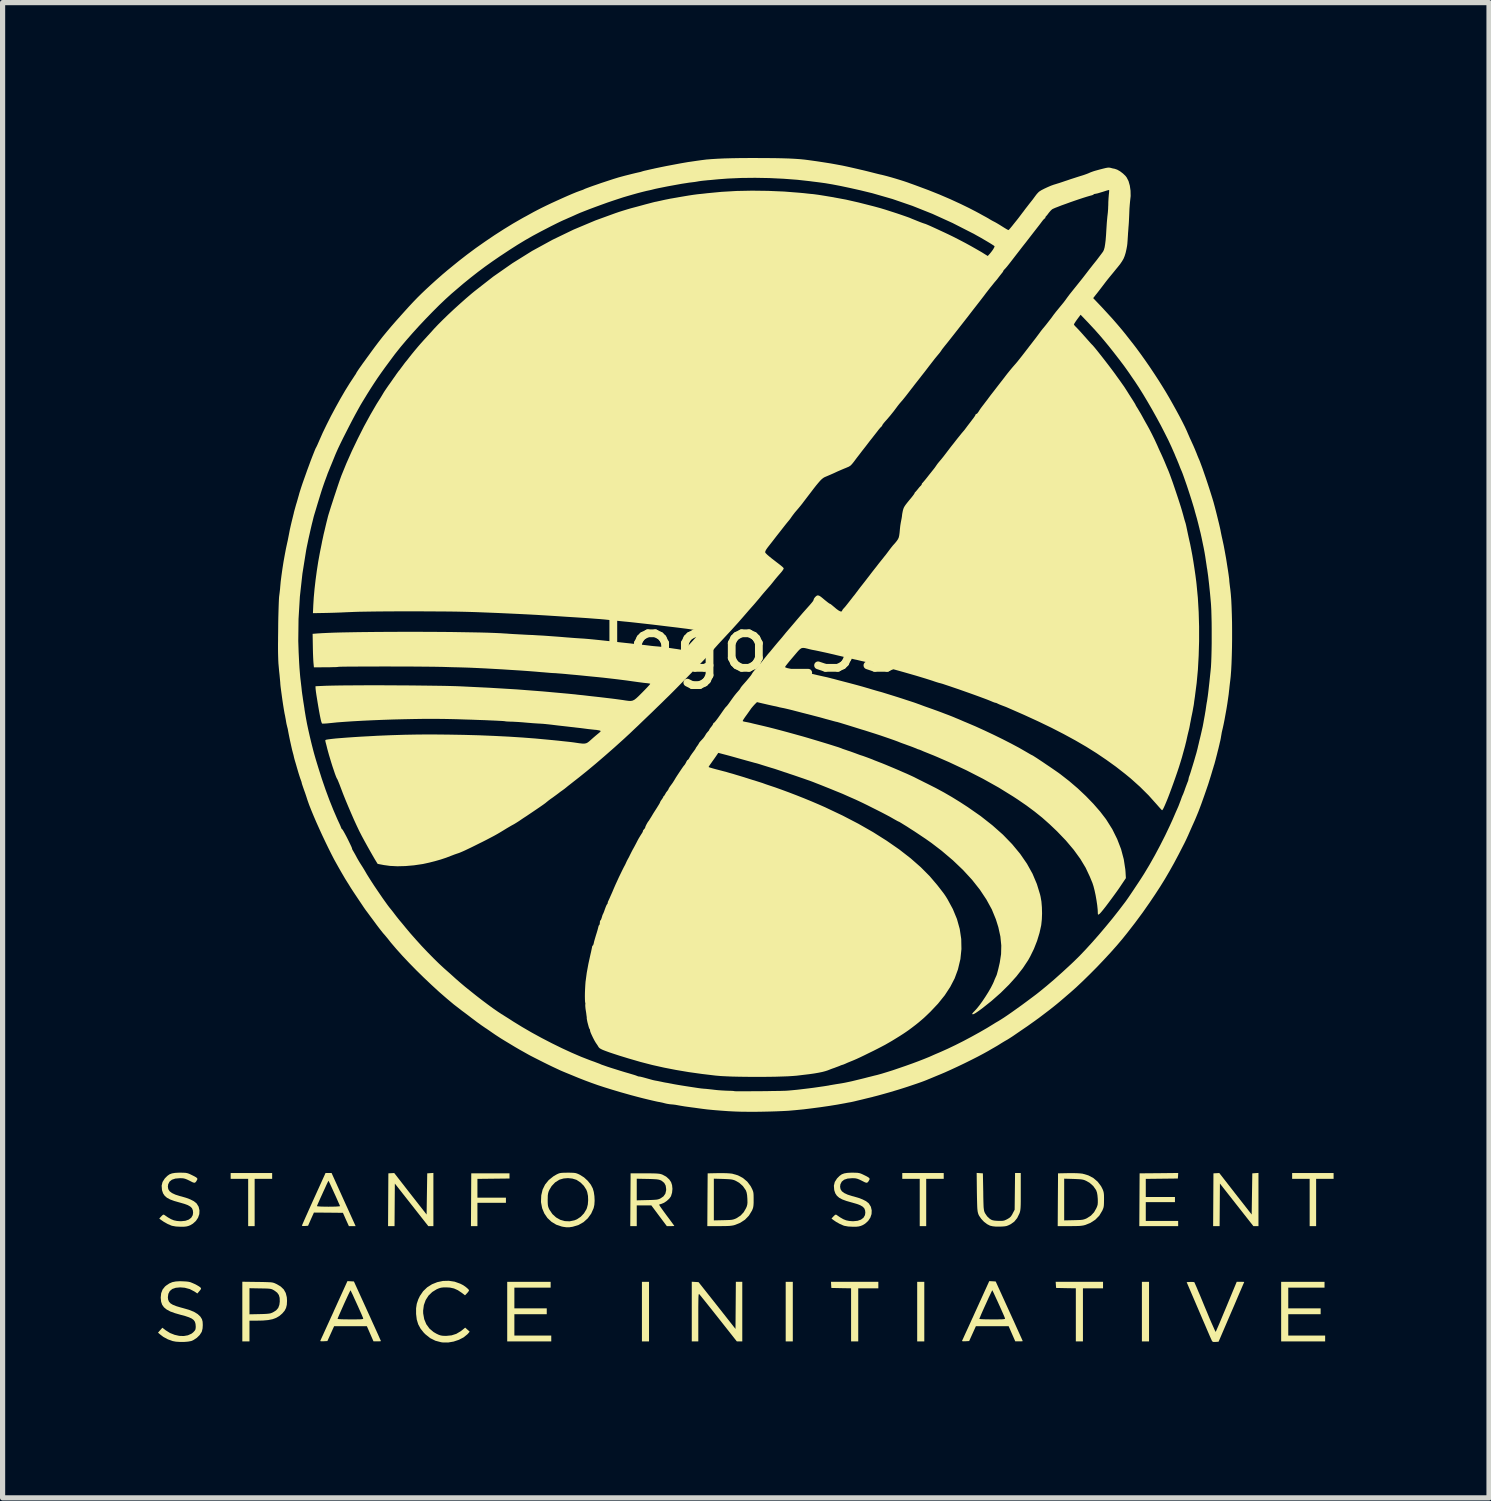
<source format=kicad_pcb>
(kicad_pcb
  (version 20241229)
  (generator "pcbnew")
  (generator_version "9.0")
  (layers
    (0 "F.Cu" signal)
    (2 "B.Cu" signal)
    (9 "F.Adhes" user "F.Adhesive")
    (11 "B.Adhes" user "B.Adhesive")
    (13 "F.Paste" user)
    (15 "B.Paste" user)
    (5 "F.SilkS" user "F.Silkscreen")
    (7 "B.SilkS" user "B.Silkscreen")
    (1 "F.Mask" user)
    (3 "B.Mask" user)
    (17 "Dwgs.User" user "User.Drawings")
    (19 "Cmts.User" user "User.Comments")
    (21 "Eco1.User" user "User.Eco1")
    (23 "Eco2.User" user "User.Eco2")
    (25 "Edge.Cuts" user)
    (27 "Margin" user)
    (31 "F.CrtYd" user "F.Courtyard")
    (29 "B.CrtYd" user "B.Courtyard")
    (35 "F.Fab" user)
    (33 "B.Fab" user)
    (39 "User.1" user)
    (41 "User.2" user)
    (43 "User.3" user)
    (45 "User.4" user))
  (footprint "logo_SSI"
    (layer "F.Cu")
    (at 11.74 9.885)
    (property "Reference" "logo_SSI" (at 0 -0.5 0) (unlocked yes) (layer "F.SilkS") (effects (font (size 1 1) (thickness 0.15))))
    (attr board_only exclude_from_pos_files exclude_from_bom)
    (fp_poly (pts (xy -2.263 12.956) (xy -2.4 12.956) (xy -2.4 11.806) (xy -2.263 11.806)) (stroke (width 0) (type solid)) (fill yes) (layer "F.SilkS"))
    (fp_poly (pts (xy 0.512 12.956) (xy 0.375 12.956) (xy 0.375 11.806) (xy 0.512 11.806)) (stroke (width 0) (type solid)) (fill yes) (layer "F.SilkS"))
    (fp_poly (pts (xy 3.05 12.956) (xy 2.913 12.956) (xy 2.913 11.806) (xy 3.05 11.806)) (stroke (width 0) (type solid)) (fill yes) (layer "F.SilkS"))
    (fp_poly (pts (xy 7.388 12.956) (xy 7.25 12.956) (xy 7.25 11.806) (xy 7.388 11.806)) (stroke (width 0) (type solid)) (fill yes) (layer "F.SilkS"))
    (fp_poly (pts (xy -9.537 9.818) (xy -9.875 9.818) (xy -9.875 10.731) (xy -10 10.731) (xy -10 9.818) (xy -10.338 9.818) (xy -10.338 9.706) (xy -9.537 9.706)) (stroke (width 0) (type solid)) (fill yes) (layer "F.SilkS"))
    (fp_poly (pts (xy 3.425 9.818) (xy 3.087 9.818) (xy 3.087 10.731) (xy 2.962 10.731) (xy 2.962 9.818) (xy 2.625 9.818) (xy 2.625 9.706) (xy 3.425 9.706)) (stroke (width 0) (type solid)) (fill yes) (layer "F.SilkS"))
    (fp_poly (pts (xy 10.95 9.818) (xy 10.613 9.818) (xy 10.613 10.731) (xy 10.488 10.731) (xy 10.488 9.818) (xy 10.15 9.818) (xy 10.15 9.706) (xy 10.95 9.706)) (stroke (width 0) (type solid)) (fill yes) (layer "F.SilkS"))
    (fp_poly (pts (xy 2.163 11.931) (xy 1.775 11.931) (xy 1.775 12.956) (xy 1.637 12.956) (xy 1.637 11.931) (xy 1.447 11.928) (xy 1.256 11.924) (xy 1.249 11.806) (xy 2.163 11.806)) (stroke (width 0) (type solid)) (fill yes) (layer "F.SilkS"))
    (fp_poly (pts (xy 6.5 11.931) (xy 6.112 11.931) (xy 6.112 12.956) (xy 5.975 12.956) (xy 5.975 11.931) (xy 5.784 11.928) (xy 5.594 11.924) (xy 5.586 11.806) (xy 6.5 11.806)) (stroke (width 0) (type solid)) (fill yes) (layer "F.SilkS"))
    (fp_poly (pts (xy -4.956 9.812) (xy -5.575 9.819) (xy -5.575 10.181) (xy -5.025 10.181) (xy -5.025 10.281) (xy -5.575 10.281) (xy -5.575 10.731) (xy -5.7 10.731) (xy -5.697 10.221) (xy -5.694 9.712) (xy -4.956 9.712)) (stroke (width 0) (type solid)) (fill yes) (layer "F.SilkS"))
    (fp_poly (pts (xy -4.162 11.918) (xy -4.862 11.918) (xy -4.862 12.318) (xy -4.237 12.318) (xy -4.237 12.431) (xy -4.862 12.431) (xy -4.862 12.843) (xy -4.15 12.843) (xy -4.15 12.956) (xy -5 12.956) (xy -5 11.806) (xy -4.162 11.806)) (stroke (width 0) (type solid)) (fill yes) (layer "F.SilkS"))
    (fp_poly (pts (xy 10.775 11.918) (xy 10.075 11.918) (xy 10.075 12.318) (xy 10.7 12.318) (xy 10.7 12.431) (xy 10.075 12.431) (xy 10.075 12.843) (xy 10.787 12.843) (xy 10.787 12.956) (xy 9.938 12.956) (xy 9.938 11.806) (xy 10.775 11.806)) (stroke (width 0) (type solid)) (fill yes) (layer "F.SilkS"))
    (fp_poly (pts (xy -6.425 10.731) (xy -6.523 10.731) (xy -6.846 10.32) (xy -7.169 9.909) (xy -7.172 10.32) (xy -7.175 10.731) (xy -7.3 10.731) (xy -7.297 10.221) (xy -7.294 9.712) (xy -7.237 9.709) (xy -7.181 9.706) (xy -6.869 10.107) (xy -6.556 10.507) (xy -6.544 9.712) (xy -6.425 9.704)) (stroke (width 0) (type solid)) (fill yes) (layer "F.SilkS"))
    (fp_poly (pts (xy 7.948 9.759) (xy 7.944 9.812) (xy 7.325 9.819) (xy 7.325 10.168) (xy 7.888 10.168) (xy 7.888 10.268) (xy 7.325 10.268) (xy 7.325 10.631) (xy 7.95 10.631) (xy 7.95 10.731) (xy 7.2 10.731) (xy 7.203 10.221) (xy 7.206 9.712) (xy 7.579 9.709) (xy 7.951 9.705)) (stroke (width 0) (type solid)) (fill yes) (layer "F.SilkS"))
    (fp_poly (pts (xy 9.5 10.731) (xy 9.402 10.731) (xy 9.079 10.32) (xy 8.756 9.909) (xy 8.753 10.32) (xy 8.75 10.731) (xy 8.625 10.731) (xy 8.628 10.221) (xy 8.631 9.712) (xy 8.688 9.709) (xy 8.744 9.706) (xy 9.056 10.107) (xy 9.369 10.507) (xy 9.381 9.712) (xy 9.5 9.704)) (stroke (width 0) (type solid)) (fill yes) (layer "F.SilkS"))
    (fp_poly (pts (xy -1.372 11.808) (xy -1.307 11.812) (xy -0.95 12.263) (xy -0.594 12.715) (xy -0.587 11.806) (xy -0.463 11.806) (xy -0.463 12.956) (xy -0.516 12.956) (xy -0.569 12.955) (xy -0.924 12.505) (xy -0.997 12.413) (xy -1.066 12.326) (xy -1.129 12.247) (xy -1.184 12.178) (xy -1.23 12.121) (xy -1.265 12.078) (xy -1.287 12.051) (xy -1.296 12.042) (xy -1.3 12.041) (xy -1.304 12.05) (xy -1.307 12.07) (xy -1.309 12.103) (xy -1.31 12.151) (xy -1.311 12.216) (xy -1.312 12.301) (xy -1.312 12.407) (xy -1.312 12.492) (xy -1.312 12.956) (xy -1.438 12.956) (xy -1.438 11.804)) (stroke (width 0) (type solid)) (fill yes) (layer "F.SilkS"))
    (fp_poly (pts (xy 9.191 11.806) (xy 9.217 11.807) (xy 9.225 11.809) (xy 9.22 11.821) (xy 9.206 11.853) (xy 9.184 11.904) (xy 9.155 11.972) (xy 9.12 12.053) (xy 9.08 12.147) (xy 9.036 12.251) (xy 8.988 12.362) (xy 8.977 12.387) (xy 8.73 12.962) (xy 8.672 12.966) (xy 8.635 12.967) (xy 8.615 12.961) (xy 8.601 12.944) (xy 8.594 12.928) (xy 8.585 12.908) (xy 8.567 12.868) (xy 8.542 12.81) (xy 8.51 12.736) (xy 8.473 12.649) (xy 8.431 12.552) (xy 8.386 12.447) (xy 8.344 12.349) (xy 8.114 11.812) (xy 8.184 11.808) (xy 8.224 11.808) (xy 8.253 11.811) (xy 8.263 11.814) (xy 8.269 11.828) (xy 8.284 11.862) (xy 8.307 11.914) (xy 8.335 11.982) (xy 8.37 12.063) (xy 8.408 12.155) (xy 8.449 12.255) (xy 8.469 12.303) (xy 8.512 12.405) (xy 8.551 12.5) (xy 8.587 12.584) (xy 8.619 12.655) (xy 8.644 12.712) (xy 8.662 12.751) (xy 8.673 12.77) (xy 8.675 12.772) (xy 8.681 12.758) (xy 8.696 12.724) (xy 8.719 12.672) (xy 8.748 12.605) (xy 8.782 12.523) (xy 8.82 12.432) (xy 8.862 12.332) (xy 8.882 12.284) (xy 9.08 11.806) (xy 9.153 11.806)) (stroke (width 0) (type solid)) (fill yes) (layer "F.SilkS"))
    (fp_poly (pts (xy -9.822 11.808) (xy -9.729 11.809) (xy -9.658 11.811) (xy -9.604 11.813) (xy -9.564 11.815) (xy -9.533 11.819) (xy -9.509 11.825) (xy -9.487 11.833) (xy -9.464 11.844) (xy -9.456 11.847) (xy -9.374 11.895) (xy -9.314 11.952) (xy -9.275 12.021) (xy -9.254 12.104) (xy -9.25 12.172) (xy -9.254 12.249) (xy -9.269 12.31) (xy -9.296 12.363) (xy -9.34 12.415) (xy -9.341 12.416) (xy -9.396 12.464) (xy -9.457 12.5) (xy -9.528 12.527) (xy -9.614 12.544) (xy -9.717 12.553) (xy -9.816 12.555) (xy -9.975 12.556) (xy -9.975 12.956) (xy -10.113 12.956) (xy -10.113 11.929) (xy -9.975 11.929) (xy -9.975 12.433) (xy -9.778 12.429) (xy -9.702 12.427) (xy -9.645 12.424) (xy -9.604 12.42) (xy -9.573 12.415) (xy -9.547 12.406) (xy -9.522 12.395) (xy -9.461 12.357) (xy -9.42 12.31) (xy -9.398 12.25) (xy -9.39 12.188) (xy -9.392 12.116) (xy -9.408 12.06) (xy -9.44 12.015) (xy -9.492 11.976) (xy -9.494 11.974) (xy -9.517 11.961) (xy -9.537 11.951) (xy -9.559 11.944) (xy -9.588 11.939) (xy -9.628 11.936) (xy -9.684 11.934) (xy -9.76 11.933) (xy -9.765 11.933) (xy -9.975 11.929) (xy -10.113 11.929) (xy -10.113 11.804)) (stroke (width 0) (type solid)) (fill yes) (layer "F.SilkS"))
    (fp_poly (pts (xy -8.199 10.128) (xy -8.154 10.228) (xy -8.11 10.325) (xy -8.069 10.415) (xy -8.033 10.495) (xy -8.003 10.561) (xy -7.98 10.612) (xy -7.967 10.64) (xy -7.926 10.731) (xy -8.056 10.731) (xy -8.114 10.603) (xy -8.171 10.474) (xy -8.451 10.471) (xy -8.731 10.469) (xy -8.788 10.596) (xy -8.844 10.724) (xy -8.903 10.728) (xy -8.938 10.729) (xy -8.959 10.725) (xy -8.963 10.722) (xy -8.958 10.709) (xy -8.943 10.675) (xy -8.921 10.624) (xy -8.891 10.556) (xy -8.855 10.476) (xy -8.814 10.384) (xy -8.796 10.344) (xy -8.673 10.344) (xy -8.662 10.348) (xy -8.63 10.351) (xy -8.58 10.354) (xy -8.514 10.355) (xy -8.45 10.356) (xy -8.378 10.355) (xy -8.316 10.354) (xy -8.268 10.351) (xy -8.237 10.348) (xy -8.227 10.345) (xy -8.239 10.315) (xy -8.259 10.271) (xy -8.283 10.216) (xy -8.311 10.153) (xy -8.341 10.088) (xy -8.37 10.024) (xy -8.397 9.965) (xy -8.42 9.915) (xy -8.438 9.878) (xy -8.448 9.858) (xy -8.45 9.856) (xy -8.456 9.866) (xy -8.471 9.896) (xy -8.492 9.94) (xy -8.517 9.996) (xy -8.546 10.058) (xy -8.575 10.123) (xy -8.604 10.186) (xy -8.63 10.245) (xy -8.652 10.294) (xy -8.667 10.33) (xy -8.673 10.344) (xy -8.796 10.344) (xy -8.769 10.284) (xy -8.735 10.209) (xy -8.507 9.706) (xy -8.39 9.706)) (stroke (width 0) (type solid)) (fill yes) (layer "F.SilkS"))
    (fp_poly (pts (xy -0.773 9.709) (xy -0.708 9.713) (xy -0.662 9.718) (xy -0.656 9.719) (xy -0.546 9.751) (xy -0.449 9.803) (xy -0.366 9.873) (xy -0.302 9.959) (xy -0.285 9.991) (xy -0.267 10.028) (xy -0.255 10.059) (xy -0.248 10.09) (xy -0.245 10.129) (xy -0.244 10.182) (xy -0.244 10.218) (xy -0.244 10.283) (xy -0.247 10.33) (xy -0.252 10.365) (xy -0.261 10.396) (xy -0.275 10.429) (xy -0.277 10.433) (xy -0.335 10.528) (xy -0.411 10.607) (xy -0.505 10.668) (xy -0.602 10.707) (xy -0.634 10.716) (xy -0.67 10.722) (xy -0.713 10.727) (xy -0.768 10.729) (xy -0.84 10.73) (xy -0.908 10.731) (xy -1.138 10.731) (xy -1.135 10.221) (xy -1.132 9.815) (xy -1.012 9.815) (xy -1.012 10.62) (xy -0.828 10.616) (xy -0.755 10.614) (xy -0.702 10.612) (xy -0.662 10.608) (xy -0.632 10.601) (xy -0.605 10.592) (xy -0.576 10.579) (xy -0.573 10.577) (xy -0.497 10.528) (xy -0.436 10.463) (xy -0.39 10.383) (xy -0.375 10.347) (xy -0.367 10.315) (xy -0.363 10.279) (xy -0.364 10.229) (xy -0.365 10.201) (xy -0.37 10.133) (xy -0.379 10.083) (xy -0.393 10.043) (xy -0.398 10.034) (xy -0.451 9.958) (xy -0.523 9.894) (xy -0.586 9.858) (xy -0.617 9.844) (xy -0.647 9.835) (xy -0.68 9.829) (xy -0.724 9.825) (xy -0.784 9.822) (xy -0.834 9.82) (xy -1.012 9.815) (xy -1.132 9.815) (xy -1.131 9.712) (xy -0.931 9.708) (xy -0.849 9.708)) (stroke (width 0) (type solid)) (fill yes) (layer "F.SilkS"))
    (fp_poly (pts (xy 4.181 9.712) (xy 4.188 10.069) (xy 4.189 10.172) (xy 4.191 10.254) (xy 4.193 10.318) (xy 4.195 10.366) (xy 4.199 10.401) (xy 4.203 10.428) (xy 4.208 10.448) (xy 4.215 10.466) (xy 4.224 10.485) (xy 4.226 10.487) (xy 4.263 10.542) (xy 4.311 10.587) (xy 4.311 10.587) (xy 4.34 10.606) (xy 4.368 10.617) (xy 4.402 10.624) (xy 4.45 10.628) (xy 4.473 10.629) (xy 4.528 10.63) (xy 4.567 10.628) (xy 4.598 10.621) (xy 4.63 10.607) (xy 4.65 10.597) (xy 4.692 10.572) (xy 4.721 10.545) (xy 4.746 10.507) (xy 4.756 10.487) (xy 4.794 10.414) (xy 4.798 10.06) (xy 4.802 9.706) (xy 4.912 9.706) (xy 4.912 10.061) (xy 4.912 10.166) (xy 4.912 10.25) (xy 4.911 10.314) (xy 4.909 10.364) (xy 4.906 10.402) (xy 4.902 10.431) (xy 4.897 10.455) (xy 4.89 10.476) (xy 4.886 10.487) (xy 4.843 10.575) (xy 4.787 10.644) (xy 4.715 10.695) (xy 4.707 10.699) (xy 4.669 10.717) (xy 4.636 10.729) (xy 4.599 10.735) (xy 4.55 10.739) (xy 4.507 10.74) (xy 4.431 10.74) (xy 4.372 10.734) (xy 4.324 10.723) (xy 4.319 10.722) (xy 4.261 10.692) (xy 4.201 10.646) (xy 4.148 10.589) (xy 4.107 10.529) (xy 4.093 10.499) (xy 4.087 10.478) (xy 4.081 10.454) (xy 4.077 10.424) (xy 4.073 10.385) (xy 4.071 10.333) (xy 4.069 10.265) (xy 4.067 10.179) (xy 4.065 10.071) (xy 4.061 9.704)) (stroke (width 0) (type solid)) (fill yes) (layer "F.SilkS"))
    (fp_poly (pts (xy 5.99 9.709) (xy 6.054 9.713) (xy 6.101 9.718) (xy 6.106 9.719) (xy 6.216 9.751) (xy 6.314 9.803) (xy 6.396 9.873) (xy 6.461 9.959) (xy 6.478 9.991) (xy 6.496 10.028) (xy 6.507 10.059) (xy 6.514 10.09) (xy 6.518 10.129) (xy 6.519 10.182) (xy 6.519 10.218) (xy 6.518 10.283) (xy 6.516 10.33) (xy 6.511 10.365) (xy 6.501 10.396) (xy 6.487 10.429) (xy 6.485 10.433) (xy 6.428 10.528) (xy 6.351 10.607) (xy 6.257 10.668) (xy 6.161 10.707) (xy 6.128 10.716) (xy 6.093 10.722) (xy 6.05 10.727) (xy 5.995 10.729) (xy 5.923 10.73) (xy 5.855 10.731) (xy 5.625 10.731) (xy 5.628 10.221) (xy 5.631 9.815) (xy 5.75 9.815) (xy 5.75 10.62) (xy 5.934 10.616) (xy 6.007 10.614) (xy 6.061 10.612) (xy 6.1 10.608) (xy 6.131 10.601) (xy 6.158 10.592) (xy 6.187 10.579) (xy 6.19 10.577) (xy 6.266 10.528) (xy 6.327 10.463) (xy 6.372 10.383) (xy 6.387 10.347) (xy 6.396 10.315) (xy 6.399 10.279) (xy 6.399 10.229) (xy 6.398 10.201) (xy 6.392 10.133) (xy 6.383 10.083) (xy 6.369 10.043) (xy 6.365 10.034) (xy 6.312 9.958) (xy 6.24 9.894) (xy 6.176 9.858) (xy 6.145 9.844) (xy 6.116 9.835) (xy 6.082 9.829) (xy 6.038 9.825) (xy 5.978 9.822) (xy 5.928 9.82) (xy 5.75 9.815) (xy 5.631 9.815) (xy 5.631 9.712) (xy 5.831 9.708) (xy 5.914 9.708)) (stroke (width 0) (type solid)) (fill yes) (layer "F.SilkS"))
    (fp_poly (pts (xy -2.251 9.712) (xy -2.179 9.713) (xy -2.125 9.715) (xy -2.084 9.718) (xy -2.053 9.722) (xy -2.027 9.729) (xy -2.008 9.735) (xy -1.933 9.775) (xy -1.873 9.829) (xy -1.837 9.882) (xy -1.818 9.941) (xy -1.811 10.012) (xy -1.818 10.084) (xy -1.837 10.147) (xy -1.841 10.157) (xy -1.874 10.202) (xy -1.921 10.245) (xy -1.973 10.28) (xy -2.023 10.301) (xy -2.028 10.302) (xy -2.055 10.31) (xy -2.068 10.317) (xy -2.062 10.329) (xy -2.044 10.358) (xy -2.014 10.4) (xy -1.976 10.453) (xy -1.932 10.513) (xy -1.924 10.524) (xy -1.878 10.585) (xy -1.839 10.638) (xy -1.807 10.682) (xy -1.785 10.712) (xy -1.775 10.726) (xy -1.775 10.727) (xy -1.786 10.729) (xy -1.816 10.73) (xy -1.847 10.731) (xy -1.919 10.731) (xy -2.069 10.531) (xy -2.218 10.331) (xy -2.5 10.331) (xy -2.5 10.731) (xy -2.625 10.731) (xy -2.622 10.221) (xy -2.619 9.816) (xy -2.5 9.816) (xy -2.5 10.233) (xy -2.297 10.228) (xy -2.219 10.226) (xy -2.161 10.223) (xy -2.119 10.22) (xy -2.088 10.214) (xy -2.064 10.206) (xy -2.042 10.196) (xy -1.984 10.156) (xy -1.948 10.105) (xy -1.933 10.042) (xy -1.932 10.018) (xy -1.941 9.95) (xy -1.969 9.897) (xy -2.019 9.856) (xy -2.034 9.848) (xy -2.056 9.839) (xy -2.084 9.832) (xy -2.121 9.827) (xy -2.171 9.824) (xy -2.24 9.821) (xy -2.291 9.82) (xy -2.5 9.816) (xy -2.619 9.816) (xy -2.619 9.712) (xy -2.344 9.712)) (stroke (width 0) (type solid)) (fill yes) (layer "F.SilkS"))
    (fp_poly (pts (xy -6.015 11.803) (xy -5.906 11.842) (xy -5.857 11.867) (xy -5.811 11.897) (xy -5.773 11.928) (xy -5.746 11.954) (xy -5.737 11.972) (xy -5.746 11.989) (xy -5.766 12.015) (xy -5.776 12.026) (xy -5.815 12.066) (xy -5.873 12.021) (xy -5.952 11.968) (xy -6.027 11.934) (xy -6.105 11.917) (xy -6.175 11.913) (xy -6.234 11.914) (xy -6.278 11.919) (xy -6.318 11.931) (xy -6.359 11.948) (xy -6.447 12.002) (xy -6.52 12.073) (xy -6.574 12.158) (xy -6.609 12.255) (xy -6.623 12.361) (xy -6.622 12.416) (xy -6.602 12.527) (xy -6.562 12.624) (xy -6.501 12.708) (xy -6.422 12.775) (xy -6.365 12.808) (xy -6.32 12.829) (xy -6.283 12.841) (xy -6.245 12.847) (xy -6.194 12.849) (xy -6.175 12.849) (xy -6.074 12.839) (xy -5.983 12.81) (xy -5.897 12.759) (xy -5.866 12.735) (xy -5.811 12.69) (xy -5.771 12.726) (xy -5.745 12.749) (xy -5.729 12.763) (xy -5.726 12.765) (xy -5.731 12.775) (xy -5.749 12.797) (xy -5.768 12.818) (xy -5.842 12.878) (xy -5.933 12.925) (xy -6.035 12.959) (xy -6.14 12.977) (xy -6.243 12.976) (xy -6.275 12.972) (xy -6.386 12.943) (xy -6.486 12.893) (xy -6.578 12.82) (xy -6.61 12.788) (xy -6.673 12.709) (xy -6.718 12.626) (xy -6.746 12.534) (xy -6.759 12.426) (xy -6.759 12.417) (xy -6.759 12.317) (xy -6.746 12.23) (xy -6.717 12.144) (xy -6.685 12.078) (xy -6.623 11.987) (xy -6.545 11.912) (xy -6.452 11.853) (xy -6.35 11.812) (xy -6.24 11.789) (xy -6.127 11.786)) (stroke (width 0) (type solid)) (fill yes) (layer "F.SilkS"))
    (fp_poly (pts (xy -7.959 11.799) (xy -7.698 12.372) (xy -7.647 12.484) (xy -7.6 12.589) (xy -7.556 12.685) (xy -7.518 12.769) (xy -7.486 12.84) (xy -7.462 12.895) (xy -7.445 12.932) (xy -7.438 12.949) (xy -7.438 12.95) (xy -7.449 12.953) (xy -7.478 12.955) (xy -7.509 12.955) (xy -7.581 12.955) (xy -7.645 12.809) (xy -7.709 12.662) (xy -8.341 12.662) (xy -8.471 12.949) (xy -8.543 12.953) (xy -8.58 12.954) (xy -8.604 12.951) (xy -8.609 12.947) (xy -8.603 12.934) (xy -8.588 12.9) (xy -8.564 12.848) (xy -8.533 12.78) (xy -8.496 12.698) (xy -8.453 12.604) (xy -8.415 12.521) (xy -8.275 12.521) (xy -8.263 12.524) (xy -8.23 12.527) (xy -8.179 12.529) (xy -8.115 12.53) (xy -8.04 12.531) (xy -8.024 12.531) (xy -7.938 12.531) (xy -7.875 12.53) (xy -7.831 12.529) (xy -7.802 12.526) (xy -7.786 12.523) (xy -7.78 12.518) (xy -7.78 12.511) (xy -7.78 12.509) (xy -7.791 12.483) (xy -7.809 12.44) (xy -7.833 12.386) (xy -7.861 12.323) (xy -7.891 12.256) (xy -7.922 12.188) (xy -7.952 12.123) (xy -7.978 12.064) (xy -8.001 12.017) (xy -8.017 11.984) (xy -8.025 11.969) (xy -8.025 11.969) (xy -8.031 11.98) (xy -8.046 12.01) (xy -8.068 12.055) (xy -8.094 12.111) (xy -8.124 12.176) (xy -8.155 12.244) (xy -8.185 12.312) (xy -8.214 12.377) (xy -8.239 12.434) (xy -8.259 12.48) (xy -8.271 12.51) (xy -8.275 12.521) (xy -8.415 12.521) (xy -8.406 12.501) (xy -8.355 12.39) (xy -8.344 12.364) (xy -8.084 11.792)) (stroke (width 0) (type solid)) (fill yes) (layer "F.SilkS"))
    (fp_poly (pts (xy 4.428 11.799) (xy 4.689 12.372) (xy 4.74 12.484) (xy 4.788 12.589) (xy 4.831 12.685) (xy 4.869 12.769) (xy 4.901 12.84) (xy 4.926 12.895) (xy 4.942 12.932) (xy 4.95 12.949) (xy 4.95 12.95) (xy 4.939 12.953) (xy 4.909 12.955) (xy 4.878 12.955) (xy 4.806 12.955) (xy 4.742 12.809) (xy 4.678 12.662) (xy 4.046 12.662) (xy 3.916 12.949) (xy 3.845 12.953) (xy 3.807 12.954) (xy 3.783 12.951) (xy 3.778 12.947) (xy 3.784 12.934) (xy 3.8 12.9) (xy 3.823 12.848) (xy 3.854 12.78) (xy 3.892 12.698) (xy 3.935 12.604) (xy 3.972 12.521) (xy 4.112 12.521) (xy 4.124 12.524) (xy 4.158 12.527) (xy 4.208 12.529) (xy 4.273 12.53) (xy 4.347 12.531) (xy 4.364 12.531) (xy 4.449 12.531) (xy 4.512 12.53) (xy 4.557 12.529) (xy 4.586 12.526) (xy 4.602 12.523) (xy 4.608 12.518) (xy 4.608 12.511) (xy 4.607 12.509) (xy 4.597 12.483) (xy 4.579 12.44) (xy 4.555 12.386) (xy 4.527 12.323) (xy 4.497 12.256) (xy 4.466 12.188) (xy 4.436 12.123) (xy 4.409 12.064) (xy 4.387 12.017) (xy 4.371 11.984) (xy 4.363 11.969) (xy 4.362 11.969) (xy 4.356 11.98) (xy 4.341 12.01) (xy 4.32 12.055) (xy 4.293 12.111) (xy 4.264 12.176) (xy 4.233 12.244) (xy 4.202 12.312) (xy 4.173 12.377) (xy 4.148 12.434) (xy 4.129 12.48) (xy 4.116 12.51) (xy 4.112 12.521) (xy 3.972 12.521) (xy 3.982 12.501) (xy 4.032 12.39) (xy 4.044 12.364) (xy 4.304 11.792)) (stroke (width 0) (type solid)) (fill yes) (layer "F.SilkS"))
    (fp_poly (pts (xy -3.766 9.7) (xy -3.72 9.702) (xy -3.685 9.706) (xy -3.656 9.714) (xy -3.624 9.727) (xy -3.598 9.74) (xy -3.518 9.79) (xy -3.446 9.856) (xy -3.387 9.93) (xy -3.349 10.002) (xy -3.329 10.071) (xy -3.317 10.153) (xy -3.313 10.239) (xy -3.318 10.319) (xy -3.332 10.383) (xy -3.379 10.489) (xy -3.445 10.58) (xy -3.527 10.654) (xy -3.624 10.709) (xy -3.733 10.742) (xy -3.737 10.743) (xy -3.802 10.753) (xy -3.859 10.753) (xy -3.921 10.744) (xy -3.95 10.738) (xy -4.054 10.703) (xy -4.146 10.647) (xy -4.224 10.574) (xy -4.284 10.486) (xy -4.326 10.385) (xy -4.347 10.275) (xy -4.348 10.258) (xy -4.347 10.224) (xy -4.219 10.224) (xy -4.218 10.285) (xy -4.215 10.327) (xy -4.208 10.36) (xy -4.196 10.391) (xy -4.184 10.415) (xy -4.128 10.498) (xy -4.057 10.563) (xy -3.976 10.609) (xy -3.888 10.634) (xy -3.796 10.638) (xy -3.703 10.619) (xy -3.654 10.599) (xy -3.582 10.551) (xy -3.519 10.485) (xy -3.472 10.407) (xy -3.462 10.383) (xy -3.444 10.312) (xy -3.438 10.231) (xy -3.441 10.149) (xy -3.456 10.073) (xy -3.473 10.028) (xy -3.521 9.953) (xy -3.586 9.888) (xy -3.659 9.84) (xy -3.667 9.836) (xy -3.742 9.813) (xy -3.827 9.804) (xy -3.912 9.811) (xy -3.988 9.833) (xy -3.995 9.836) (xy -4.076 9.887) (xy -4.143 9.958) (xy -4.186 10.03) (xy -4.202 10.066) (xy -4.211 10.1) (xy -4.217 10.139) (xy -4.218 10.192) (xy -4.219 10.224) (xy -4.347 10.224) (xy -4.343 10.136) (xy -4.317 10.026) (xy -4.269 9.928) (xy -4.199 9.842) (xy -4.108 9.769) (xy -4.05 9.735) (xy -4.019 9.72) (xy -3.992 9.71) (xy -3.962 9.704) (xy -3.923 9.701) (xy -3.869 9.7) (xy -3.831 9.699)) (stroke (width 0) (type solid)) (fill yes) (layer "F.SilkS"))
    (fp_poly (pts (xy -11.264 11.796) (xy -11.201 11.799) (xy -11.155 11.804) (xy -11.118 11.812) (xy -11.08 11.827) (xy -11.037 11.846) (xy -10.99 11.87) (xy -10.951 11.893) (xy -10.926 11.911) (xy -10.922 11.914) (xy -10.911 11.93) (xy -10.911 11.944) (xy -10.925 11.965) (xy -10.941 11.984) (xy -10.981 12.031) (xy -11.037 11.993) (xy -11.127 11.946) (xy -11.224 11.92) (xy -11.312 11.913) (xy -11.398 11.921) (xy -11.465 11.944) (xy -11.513 11.984) (xy -11.541 12.038) (xy -11.55 12.103) (xy -11.545 12.149) (xy -11.529 12.188) (xy -11.5 12.221) (xy -11.454 12.249) (xy -11.389 12.275) (xy -11.303 12.301) (xy -11.261 12.312) (xy -11.143 12.346) (xy -11.048 12.384) (xy -10.975 12.428) (xy -10.923 12.477) (xy -10.892 12.527) (xy -10.879 12.577) (xy -10.876 12.64) (xy -10.88 12.705) (xy -10.893 12.761) (xy -10.898 12.774) (xy -10.936 12.833) (xy -10.991 12.887) (xy -11.055 12.929) (xy -11.101 12.949) (xy -11.161 12.96) (xy -11.236 12.966) (xy -11.316 12.966) (xy -11.394 12.961) (xy -11.459 12.949) (xy -11.461 12.948) (xy -11.55 12.916) (xy -11.637 12.869) (xy -11.695 12.825) (xy -11.74 12.787) (xy -11.698 12.739) (xy -11.656 12.692) (xy -11.591 12.742) (xy -11.508 12.794) (xy -11.419 12.829) (xy -11.33 12.849) (xy -11.243 12.852) (xy -11.163 12.838) (xy -11.094 12.807) (xy -11.062 12.782) (xy -11.033 12.751) (xy -11.018 12.726) (xy -11.013 12.694) (xy -11.012 12.669) (xy -11.016 12.619) (xy -11.028 12.577) (xy -11.052 12.543) (xy -11.089 12.515) (xy -11.144 12.49) (xy -11.218 12.465) (xy -11.298 12.444) (xy -11.413 12.411) (xy -11.504 12.378) (xy -11.574 12.34) (xy -11.625 12.298) (xy -11.66 12.249) (xy -11.68 12.191) (xy -11.687 12.122) (xy -11.688 12.11) (xy -11.679 12.025) (xy -11.652 11.955) (xy -11.605 11.896) (xy -11.579 11.875) (xy -11.522 11.837) (xy -11.464 11.812) (xy -11.398 11.799) (xy -11.318 11.794)) (stroke (width 0) (type solid)) (fill yes) (layer "F.SilkS"))
    (fp_poly (pts (xy -11.256 9.7) (xy -11.212 9.702) (xy -11.177 9.708) (xy -11.146 9.718) (xy -11.11 9.734) (xy -11.1 9.739) (xy -11.043 9.767) (xy -11.006 9.788) (xy -10.986 9.805) (xy -10.98 9.821) (xy -10.985 9.837) (xy -10.986 9.838) (xy -11.005 9.871) (xy -11.022 9.889) (xy -11.041 9.894) (xy -11.069 9.886) (xy -11.111 9.865) (xy -11.13 9.855) (xy -11.18 9.831) (xy -11.219 9.816) (xy -11.255 9.808) (xy -11.299 9.806) (xy -11.321 9.806) (xy -11.406 9.813) (xy -11.472 9.835) (xy -11.518 9.872) (xy -11.544 9.923) (xy -11.55 9.97) (xy -11.542 10.017) (xy -11.516 10.058) (xy -11.471 10.092) (xy -11.405 10.123) (xy -11.317 10.151) (xy -11.292 10.157) (xy -11.199 10.184) (xy -11.117 10.215) (xy -11.05 10.249) (xy -11.004 10.285) (xy -10.995 10.294) (xy -10.956 10.357) (xy -10.94 10.427) (xy -10.943 10.498) (xy -10.967 10.568) (xy -11.009 10.631) (xy -11.068 10.684) (xy -11.119 10.714) (xy -11.155 10.728) (xy -11.191 10.737) (xy -11.236 10.742) (xy -11.297 10.743) (xy -11.3 10.743) (xy -11.395 10.738) (xy -11.467 10.725) (xy -11.481 10.721) (xy -11.553 10.69) (xy -11.628 10.648) (xy -11.686 10.608) (xy -11.716 10.584) (xy -11.677 10.542) (xy -11.65 10.516) (xy -11.631 10.508) (xy -11.622 10.512) (xy -11.549 10.562) (xy -11.488 10.597) (xy -11.433 10.619) (xy -11.375 10.631) (xy -11.31 10.636) (xy -11.294 10.636) (xy -11.212 10.628) (xy -11.147 10.605) (xy -11.099 10.569) (xy -11.07 10.519) (xy -11.063 10.471) (xy -11.068 10.425) (xy -11.084 10.386) (xy -11.116 10.354) (xy -11.164 10.326) (xy -11.232 10.301) (xy -11.322 10.275) (xy -11.326 10.274) (xy -11.428 10.245) (xy -11.507 10.216) (xy -11.568 10.183) (xy -11.612 10.144) (xy -11.642 10.099) (xy -11.661 10.044) (xy -11.664 10.029) (xy -11.67 9.95) (xy -11.653 9.879) (xy -11.611 9.813) (xy -11.603 9.804) (xy -11.56 9.761) (xy -11.518 9.731) (xy -11.47 9.713) (xy -11.411 9.703) (xy -11.335 9.699) (xy -11.319 9.699)) (stroke (width 0) (type solid)) (fill yes) (layer "F.SilkS"))
    (fp_poly (pts (xy 1.719 9.7) (xy 1.763 9.702) (xy 1.798 9.708) (xy 1.829 9.718) (xy 1.865 9.734) (xy 1.875 9.739) (xy 1.932 9.767) (xy 1.969 9.788) (xy 1.989 9.805) (xy 1.995 9.821) (xy 1.99 9.837) (xy 1.989 9.838) (xy 1.97 9.871) (xy 1.953 9.889) (xy 1.934 9.894) (xy 1.906 9.886) (xy 1.864 9.865) (xy 1.845 9.855) (xy 1.795 9.831) (xy 1.756 9.816) (xy 1.72 9.808) (xy 1.676 9.806) (xy 1.654 9.806) (xy 1.569 9.813) (xy 1.503 9.835) (xy 1.457 9.872) (xy 1.431 9.923) (xy 1.425 9.97) (xy 1.433 10.017) (xy 1.459 10.058) (xy 1.504 10.092) (xy 1.57 10.123) (xy 1.658 10.151) (xy 1.683 10.157) (xy 1.776 10.184) (xy 1.858 10.215) (xy 1.925 10.249) (xy 1.971 10.285) (xy 1.98 10.294) (xy 2.019 10.357) (xy 2.035 10.427) (xy 2.032 10.498) (xy 2.008 10.568) (xy 1.966 10.631) (xy 1.907 10.684) (xy 1.856 10.714) (xy 1.82 10.728) (xy 1.784 10.737) (xy 1.739 10.742) (xy 1.678 10.743) (xy 1.675 10.743) (xy 1.58 10.738) (xy 1.508 10.725) (xy 1.494 10.721) (xy 1.422 10.69) (xy 1.347 10.648) (xy 1.289 10.608) (xy 1.259 10.584) (xy 1.298 10.542) (xy 1.325 10.516) (xy 1.344 10.508) (xy 1.353 10.512) (xy 1.426 10.562) (xy 1.487 10.597) (xy 1.542 10.619) (xy 1.6 10.631) (xy 1.665 10.636) (xy 1.681 10.636) (xy 1.763 10.628) (xy 1.828 10.605) (xy 1.876 10.569) (xy 1.905 10.519) (xy 1.912 10.471) (xy 1.907 10.425) (xy 1.891 10.386) (xy 1.859 10.354) (xy 1.811 10.326) (xy 1.743 10.301) (xy 1.653 10.275) (xy 1.649 10.274) (xy 1.547 10.245) (xy 1.468 10.216) (xy 1.407 10.183) (xy 1.363 10.144) (xy 1.333 10.099) (xy 1.314 10.044) (xy 1.311 10.029) (xy 1.305 9.95) (xy 1.322 9.879) (xy 1.364 9.813) (xy 1.372 9.804) (xy 1.415 9.761) (xy 1.457 9.731) (xy 1.505 9.713) (xy 1.564 9.703) (xy 1.64 9.699) (xy 1.656 9.699)) (stroke (width 0) (type solid)) (fill yes) (layer "F.SilkS"))
    (fp_poly (pts (xy -0.019 -9.884) (xy 0.151 -9.883) (xy 0.301 -9.88) (xy 0.433 -9.876) (xy 0.549 -9.87) (xy 0.651 -9.863) (xy 0.741 -9.854) (xy 0.812 -9.845) (xy 0.977 -9.822) (xy 1.12 -9.8) (xy 1.247 -9.78) (xy 1.362 -9.759) (xy 1.47 -9.739) (xy 1.573 -9.717) (xy 1.644 -9.701) (xy 1.696 -9.689) (xy 1.758 -9.675) (xy 1.812 -9.662) (xy 1.865 -9.65) (xy 1.931 -9.634) (xy 2.003 -9.616) (xy 2.05 -9.604) (xy 2.109 -9.589) (xy 2.161 -9.576) (xy 2.199 -9.567) (xy 2.219 -9.563) (xy 2.268 -9.551) (xy 2.334 -9.534) (xy 2.413 -9.512) (xy 2.498 -9.487) (xy 2.583 -9.461) (xy 2.662 -9.436) (xy 2.73 -9.413) (xy 2.781 -9.394) (xy 2.781 -9.394) (xy 2.804 -9.386) (xy 2.843 -9.372) (xy 2.892 -9.354) (xy 2.919 -9.344) (xy 3.126 -9.267) (xy 3.339 -9.182) (xy 3.551 -9.091) (xy 3.753 -8.998) (xy 3.913 -8.92) (xy 3.971 -8.89) (xy 4.039 -8.855) (xy 4.11 -8.817) (xy 4.178 -8.779) (xy 4.239 -8.746) (xy 4.287 -8.719) (xy 4.306 -8.707) (xy 4.347 -8.683) (xy 4.382 -8.664) (xy 4.402 -8.654) (xy 4.421 -8.644) (xy 4.456 -8.624) (xy 4.501 -8.597) (xy 4.544 -8.57) (xy 4.592 -8.54) (xy 4.633 -8.515) (xy 4.662 -8.499) (xy 4.674 -8.494) (xy 4.686 -8.503) (xy 4.708 -8.528) (xy 4.736 -8.562) (xy 4.739 -8.565) (xy 4.772 -8.607) (xy 4.804 -8.647) (xy 4.826 -8.674) (xy 4.846 -8.699) (xy 4.877 -8.739) (xy 4.914 -8.788) (xy 4.954 -8.841) (xy 4.957 -8.844) (xy 4.999 -8.901) (xy 5.042 -8.956) (xy 5.079 -9.004) (xy 5.106 -9.038) (xy 5.141 -9.082) (xy 5.174 -9.127) (xy 5.193 -9.153) (xy 5.223 -9.192) (xy 5.257 -9.228) (xy 5.269 -9.238) (xy 5.308 -9.263) (xy 5.364 -9.292) (xy 5.428 -9.322) (xy 5.493 -9.35) (xy 5.551 -9.371) (xy 5.569 -9.376) (xy 5.604 -9.387) (xy 5.656 -9.403) (xy 5.719 -9.424) (xy 5.786 -9.447) (xy 5.8 -9.451) (xy 5.872 -9.476) (xy 5.947 -9.5) (xy 6.015 -9.522) (xy 6.069 -9.539) (xy 6.073 -9.54) (xy 6.127 -9.557) (xy 6.178 -9.575) (xy 6.217 -9.59) (xy 6.223 -9.593) (xy 6.262 -9.61) (xy 6.312 -9.628) (xy 6.344 -9.638) (xy 6.431 -9.662) (xy 6.497 -9.679) (xy 6.546 -9.691) (xy 6.582 -9.698) (xy 6.607 -9.7) (xy 6.627 -9.699) (xy 6.643 -9.696) (xy 6.684 -9.685) (xy 6.725 -9.677) (xy 6.774 -9.66) (xy 6.83 -9.628) (xy 6.885 -9.586) (xy 6.933 -9.54) (xy 6.956 -9.51) (xy 6.992 -9.44) (xy 7.017 -9.352) (xy 7.031 -9.254) (xy 7.033 -9.151) (xy 7.024 -9.069) (xy 7.02 -9.03) (xy 7.015 -8.973) (xy 7.01 -8.907) (xy 7.007 -8.837) (xy 7.007 -8.832) (xy 7.004 -8.762) (xy 7.001 -8.695) (xy 6.998 -8.637) (xy 6.995 -8.596) (xy 6.995 -8.594) (xy 6.991 -8.548) (xy 6.987 -8.488) (xy 6.982 -8.427) (xy 6.982 -8.419) (xy 6.978 -8.358) (xy 6.974 -8.295) (xy 6.97 -8.243) (xy 6.97 -8.238) (xy 6.964 -8.19) (xy 6.953 -8.13) (xy 6.939 -8.067) (xy 6.935 -8.051) (xy 6.917 -7.993) (xy 6.896 -7.942) (xy 6.867 -7.892) (xy 6.829 -7.836) (xy 6.776 -7.77) (xy 6.76 -7.751) (xy 6.691 -7.666) (xy 6.634 -7.597) (xy 6.587 -7.539) (xy 6.547 -7.488) (xy 6.511 -7.44) (xy 6.5 -7.426) (xy 6.459 -7.372) (xy 6.416 -7.316) (xy 6.378 -7.267) (xy 6.367 -7.254) (xy 6.31 -7.181) (xy 6.471 -7.012) (xy 6.579 -6.895) (xy 6.685 -6.779) (xy 6.783 -6.666) (xy 6.87 -6.563) (xy 6.931 -6.488) (xy 6.974 -6.433) (xy 7.022 -6.372) (xy 7.066 -6.316) (xy 7.069 -6.313) (xy 7.143 -6.216) (xy 7.226 -6.103) (xy 7.316 -5.977) (xy 7.407 -5.845) (xy 7.497 -5.71) (xy 7.582 -5.579) (xy 7.639 -5.488) (xy 7.708 -5.376) (xy 7.778 -5.257) (xy 7.847 -5.135) (xy 7.914 -5.014) (xy 7.977 -4.898) (xy 8.033 -4.79) (xy 8.081 -4.694) (xy 8.119 -4.612) (xy 8.137 -4.569) (xy 8.153 -4.533) (xy 8.175 -4.482) (xy 8.201 -4.426) (xy 8.212 -4.401) (xy 8.241 -4.338) (xy 8.27 -4.271) (xy 8.295 -4.21) (xy 8.302 -4.194) (xy 8.32 -4.147) (xy 8.337 -4.106) (xy 8.348 -4.079) (xy 8.35 -4.076) (xy 8.368 -4.033) (xy 8.391 -3.971) (xy 8.42 -3.893) (xy 8.451 -3.803) (xy 8.485 -3.705) (xy 8.519 -3.603) (xy 8.552 -3.502) (xy 8.583 -3.404) (xy 8.611 -3.315) (xy 8.634 -3.238) (xy 8.637 -3.226) (xy 8.656 -3.156) (xy 8.677 -3.075) (xy 8.699 -2.988) (xy 8.72 -2.902) (xy 8.74 -2.821) (xy 8.756 -2.752) (xy 8.767 -2.701) (xy 8.768 -2.694) (xy 8.78 -2.633) (xy 8.793 -2.571) (xy 8.805 -2.519) (xy 8.806 -2.513) (xy 8.829 -2.407) (xy 8.852 -2.284) (xy 8.875 -2.156) (xy 8.881 -2.119) (xy 8.898 -2.01) (xy 8.912 -1.922) (xy 8.922 -1.854) (xy 8.929 -1.803) (xy 8.934 -1.766) (xy 8.936 -1.742) (xy 8.936 -1.738) (xy 8.938 -1.71) (xy 8.943 -1.665) (xy 8.95 -1.608) (xy 8.956 -1.563) (xy 8.966 -1.469) (xy 8.975 -1.354) (xy 8.981 -1.222) (xy 8.986 -1.076) (xy 8.99 -0.92) (xy 8.991 -0.759) (xy 8.991 -0.595) (xy 8.989 -0.434) (xy 8.985 -0.277) (xy 8.98 -0.131) (xy 8.973 0.003) (xy 8.964 0.12) (xy 8.956 0.193) (xy 8.948 0.258) (xy 8.941 0.319) (xy 8.936 0.368) (xy 8.932 0.399) (xy 8.925 0.466) (xy 8.913 0.55) (xy 8.899 0.647) (xy 8.882 0.751) (xy 8.863 0.856) (xy 8.845 0.956) (xy 8.827 1.046) (xy 8.811 1.119) (xy 8.805 1.144) (xy 8.793 1.195) (xy 8.784 1.247) (xy 8.78 1.269) (xy 8.772 1.318) (xy 8.762 1.367) (xy 8.76 1.374) (xy 8.751 1.411) (xy 8.745 1.439) (xy 8.744 1.443) (xy 8.738 1.467) (xy 8.728 1.51) (xy 8.714 1.564) (xy 8.699 1.625) (xy 8.683 1.686) (xy 8.669 1.741) (xy 8.657 1.785) (xy 8.65 1.811) (xy 8.65 1.812) (xy 8.641 1.838) (xy 8.628 1.883) (xy 8.611 1.938) (xy 8.593 1.999) (xy 8.575 2.058) (xy 8.559 2.109) (xy 8.544 2.157) (xy 8.529 2.205) (xy 8.51 2.26) (xy 8.488 2.324) (xy 8.46 2.405) (xy 8.433 2.481) (xy 8.398 2.579) (xy 8.367 2.662) (xy 8.339 2.735) (xy 8.309 2.808) (xy 8.276 2.887) (xy 8.235 2.979) (xy 8.231 2.987) (xy 8.203 3.05) (xy 8.176 3.111) (xy 8.153 3.163) (xy 8.138 3.199) (xy 8.137 3.199) (xy 8.119 3.239) (xy 8.094 3.292) (xy 8.066 3.349) (xy 8.053 3.374) (xy 7.958 3.559) (xy 7.869 3.726) (xy 7.782 3.881) (xy 7.695 4.03) (xy 7.604 4.177) (xy 7.505 4.329) (xy 7.4 4.485) (xy 7.265 4.678) (xy 7.117 4.878) (xy 6.965 5.074) (xy 6.87 5.192) (xy 6.764 5.317) (xy 6.645 5.451) (xy 6.516 5.59) (xy 6.382 5.731) (xy 6.245 5.869) (xy 6.111 6) (xy 5.984 6.12) (xy 5.866 6.225) (xy 5.84 6.247) (xy 5.798 6.283) (xy 5.746 6.328) (xy 5.692 6.374) (xy 5.669 6.394) (xy 5.611 6.442) (xy 5.543 6.497) (xy 5.463 6.56) (xy 5.367 6.633) (xy 5.255 6.718) (xy 5.231 6.735) (xy 5.183 6.77) (xy 5.118 6.816) (xy 5.041 6.871) (xy 4.953 6.931) (xy 4.861 6.994) (xy 4.768 7.058) (xy 4.744 7.074) (xy 4.699 7.103) (xy 4.656 7.13) (xy 4.626 7.147) (xy 4.588 7.169) (xy 4.545 7.195) (xy 4.532 7.203) (xy 4.496 7.226) (xy 4.465 7.245) (xy 4.456 7.251) (xy 4.436 7.262) (xy 4.4 7.283) (xy 4.351 7.311) (xy 4.296 7.343) (xy 4.288 7.348) (xy 4.194 7.4) (xy 4.083 7.459) (xy 3.959 7.522) (xy 3.828 7.587) (xy 3.696 7.65) (xy 3.567 7.71) (xy 3.447 7.764) (xy 3.362 7.8) (xy 3.289 7.83) (xy 3.222 7.858) (xy 3.164 7.882) (xy 3.12 7.9) (xy 3.095 7.911) (xy 3.094 7.911) (xy 3.051 7.928) (xy 2.989 7.951) (xy 2.912 7.978) (xy 2.826 8.007) (xy 2.734 8.038) (xy 2.641 8.068) (xy 2.552 8.096) (xy 2.472 8.12) (xy 2.438 8.131) (xy 2.343 8.158) (xy 2.268 8.179) (xy 2.207 8.196) (xy 2.156 8.21) (xy 2.11 8.222) (xy 2.063 8.234) (xy 2.05 8.238) (xy 1.942 8.264) (xy 1.845 8.288) (xy 1.764 8.307) (xy 1.699 8.323) (xy 1.654 8.333) (xy 1.631 8.338) (xy 1.607 8.342) (xy 1.567 8.349) (xy 1.518 8.359) (xy 1.506 8.361) (xy 1.368 8.386) (xy 1.213 8.411) (xy 1.048 8.435) (xy 0.881 8.457) (xy 0.718 8.477) (xy 0.565 8.492) (xy 0.429 8.504) (xy 0.412 8.505) (xy 0.314 8.51) (xy 0.197 8.515) (xy 0.068 8.519) (xy -0.067 8.522) (xy -0.201 8.524) (xy -0.327 8.524) (xy -0.44 8.523) (xy -0.469 8.523) (xy -0.595 8.519) (xy -0.733 8.512) (xy -0.873 8.502) (xy -1.01 8.491) (xy -1.135 8.479) (xy -1.231 8.467) (xy -1.306 8.457) (xy -1.384 8.446) (xy -1.454 8.437) (xy -1.51 8.429) (xy -1.512 8.429) (xy -1.576 8.42) (xy -1.643 8.409) (xy -1.7 8.399) (xy -1.704 8.398) (xy -1.755 8.389) (xy -1.803 8.383) (xy -1.833 8.381) (xy -1.87 8.377) (xy -1.918 8.369) (xy -1.954 8.361) (xy -1.999 8.349) (xy -2.037 8.341) (xy -2.056 8.337) (xy -2.091 8.331) (xy -2.146 8.319) (xy -2.215 8.303) (xy -2.295 8.284) (xy -2.381 8.263) (xy -2.467 8.241) (xy -2.55 8.219) (xy -2.625 8.199) (xy -2.631 8.197) (xy -2.812 8.146) (xy -2.973 8.098) (xy -3.118 8.053) (xy -3.25 8.01) (xy -3.374 7.966) (xy -3.495 7.921) (xy -3.615 7.874) (xy -3.669 7.852) (xy -3.739 7.823) (xy -3.817 7.791) (xy -3.89 7.761) (xy -3.926 7.746) (xy -3.975 7.725) (xy -4.041 7.694) (xy -4.12 7.657) (xy -4.207 7.615) (xy -4.298 7.57) (xy -4.389 7.524) (xy -4.474 7.481) (xy -4.55 7.442) (xy -4.589 7.421) (xy -4.669 7.376) (xy -4.76 7.325) (xy -4.856 7.269) (xy -4.952 7.211) (xy -5.045 7.155) (xy -5.128 7.104) (xy -5.197 7.059) (xy -5.232 7.036) (xy -5.286 6.999) (xy -5.348 6.956) (xy -5.406 6.916) (xy -5.415 6.911) (xy -5.463 6.878) (xy -5.504 6.85) (xy -5.542 6.822) (xy -5.583 6.793) (xy -5.631 6.756) (xy -5.693 6.71) (xy -5.716 6.692) (xy -5.771 6.65) (xy -5.827 6.608) (xy -5.876 6.572) (xy -5.905 6.549) (xy -6.031 6.452) (xy -6.167 6.338) (xy -6.311 6.213) (xy -6.458 6.078) (xy -6.607 5.937) (xy -6.753 5.794) (xy -6.893 5.651) (xy -7.024 5.512) (xy -7.143 5.379) (xy -7.247 5.257) (xy -7.29 5.202) (xy -7.325 5.159) (xy -7.359 5.118) (xy -7.385 5.088) (xy -7.386 5.088) (xy -7.405 5.065) (xy -7.435 5.027) (xy -7.475 4.976) (xy -7.519 4.918) (xy -7.56 4.862) (xy -7.606 4.8) (xy -7.648 4.744) (xy -7.683 4.696) (xy -7.709 4.661) (xy -7.723 4.643) (xy -7.738 4.622) (xy -7.764 4.585) (xy -7.798 4.534) (xy -7.837 4.476) (xy -7.88 4.412) (xy -7.922 4.349) (xy -7.962 4.289) (xy -7.996 4.237) (xy -8.022 4.197) (xy -8.036 4.174) (xy -8.055 4.143) (xy -8.081 4.102) (xy -8.102 4.068) (xy -8.129 4.025) (xy -8.161 3.97) (xy -8.195 3.912) (xy -8.206 3.893) (xy -8.235 3.842) (xy -8.263 3.793) (xy -8.284 3.755) (xy -8.291 3.743) (xy -8.341 3.653) (xy -8.395 3.548) (xy -8.453 3.432) (xy -8.513 3.308) (xy -8.573 3.181) (xy -8.632 3.052) (xy -8.688 2.927) (xy -8.739 2.808) (xy -8.784 2.699) (xy -8.822 2.603) (xy -8.85 2.524) (xy -8.861 2.492) (xy -8.87 2.463) (xy -8.885 2.417) (xy -8.904 2.361) (xy -8.923 2.309) (xy -8.942 2.254) (xy -8.957 2.21) (xy -8.966 2.18) (xy -8.968 2.168) (xy -8.968 2.168) (xy -8.97 2.158) (xy -8.979 2.133) (xy -8.983 2.121) (xy -8.995 2.089) (xy -9.011 2.04) (xy -9.029 1.983) (xy -9.039 1.949) (xy -9.057 1.888) (xy -9.074 1.828) (xy -9.089 1.777) (xy -9.095 1.758) (xy -9.107 1.716) (xy -9.116 1.68) (xy -9.119 1.666) (xy -9.125 1.639) (xy -9.136 1.599) (xy -9.142 1.576) (xy -9.151 1.542) (xy -9.163 1.49) (xy -9.177 1.427) (xy -9.192 1.359) (xy -9.206 1.292) (xy -9.218 1.232) (xy -9.227 1.185) (xy -9.231 1.162) (xy -9.236 1.134) (xy -9.246 1.096) (xy -9.249 1.083) (xy -9.26 1.038) (xy -9.268 0.995) (xy -9.269 0.987) (xy -9.276 0.945) (xy -9.285 0.899) (xy -9.286 0.89) (xy -9.298 0.834) (xy -9.311 0.759) (xy -9.325 0.672) (xy -9.339 0.579) (xy -9.352 0.485) (xy -9.364 0.397) (xy -9.374 0.32) (xy -9.38 0.261) (xy -9.38 0.249) (xy -9.383 0.215) (xy -9.388 0.162) (xy -9.394 0.096) (xy -9.402 0.023) (xy -9.406 -0.019) (xy -9.411 -0.075) (xy -9.416 -0.13) (xy -9.419 -0.188) (xy -9.421 -0.251) (xy -9.423 -0.324) (xy -9.424 -0.408) (xy -9.424 -0.508) (xy -9.423 -0.563) (xy -9.033 -0.563) (xy -9.026 -0.347) (xy -9.021 -0.245) (xy -9.016 -0.143) (xy -9.01 -0.046) (xy -9.003 0.041) (xy -8.997 0.113) (xy -8.992 0.162) (xy -8.984 0.227) (xy -8.977 0.288) (xy -8.971 0.339) (xy -8.968 0.368) (xy -8.964 0.406) (xy -8.957 0.459) (xy -8.948 0.519) (xy -8.944 0.549) (xy -8.934 0.615) (xy -8.923 0.684) (xy -8.914 0.743) (xy -8.912 0.762) (xy -8.889 0.901) (xy -8.865 1.031) (xy -8.841 1.144) (xy -8.837 1.162) (xy -8.812 1.272) (xy -8.791 1.361) (xy -8.773 1.435) (xy -8.757 1.497) (xy -8.743 1.552) (xy -8.729 1.604) (xy -8.714 1.657) (xy -8.697 1.716) (xy -8.676 1.785) (xy -8.651 1.867) (xy -8.643 1.893) (xy -8.578 2.098) (xy -8.507 2.305) (xy -8.432 2.508) (xy -8.355 2.7) (xy -8.279 2.876) (xy -8.249 2.941) (xy -8.227 2.988) (xy -8.211 3.027) (xy -8.201 3.052) (xy -8.2 3.057) (xy -8.19 3.068) (xy -8.188 3.068) (xy -8.178 3.079) (xy -8.16 3.108) (xy -8.135 3.153) (xy -8.105 3.209) (xy -8.081 3.256) (xy -8.051 3.317) (xy -8.025 3.371) (xy -8.006 3.412) (xy -7.996 3.437) (xy -7.995 3.443) (xy -7.994 3.452) (xy -7.982 3.476) (xy -7.977 3.484) (xy -7.959 3.515) (xy -7.934 3.559) (xy -7.908 3.607) (xy -7.906 3.612) (xy -7.877 3.663) (xy -7.846 3.715) (xy -7.82 3.756) (xy -7.82 3.756) (xy -7.793 3.798) (xy -7.761 3.85) (xy -7.737 3.891) (xy -7.708 3.941) (xy -7.668 4.005) (xy -7.621 4.079) (xy -7.569 4.159) (xy -7.513 4.242) (xy -7.457 4.324) (xy -7.403 4.403) (xy -7.353 4.473) (xy -7.31 4.533) (xy -7.276 4.578) (xy -7.257 4.601) (xy -7.244 4.617) (xy -7.22 4.647) (xy -7.189 4.687) (xy -7.175 4.706) (xy -7.138 4.754) (xy -7.1 4.802) (xy -7.069 4.84) (xy -7.062 4.848) (xy -7.03 4.886) (xy -6.992 4.932) (xy -6.963 4.968) (xy -6.869 5.08) (xy -6.764 5.199) (xy -6.652 5.323) (xy -6.537 5.444) (xy -6.423 5.56) (xy -6.316 5.665) (xy -6.22 5.754) (xy -6.161 5.806) (xy -6.102 5.858) (xy -6.049 5.906) (xy -6.006 5.945) (xy -5.994 5.956) (xy -5.909 6.03) (xy -5.812 6.112) (xy -5.706 6.197) (xy -5.597 6.284) (xy -5.486 6.37) (xy -5.378 6.451) (xy -5.277 6.525) (xy -5.186 6.588) (xy -5.109 6.639) (xy -5.091 6.649) (xy -5.067 6.665) (xy -5.026 6.691) (xy -4.973 6.724) (xy -4.914 6.762) (xy -4.885 6.781) (xy -4.714 6.886) (xy -4.53 6.993) (xy -4.338 7.098) (xy -4.141 7.2) (xy -3.946 7.296) (xy -3.755 7.384) (xy -3.574 7.462) (xy -3.407 7.527) (xy -3.378 7.538) (xy -3.318 7.559) (xy -3.266 7.579) (xy -3.226 7.594) (xy -3.204 7.603) (xy -3.203 7.604) (xy -3.177 7.615) (xy -3.13 7.631) (xy -3.068 7.653) (xy -2.994 7.677) (xy -2.911 7.703) (xy -2.825 7.73) (xy -2.737 7.757) (xy -2.654 7.781) (xy -2.594 7.799) (xy -2.55 7.812) (xy -2.514 7.824) (xy -2.497 7.831) (xy -2.468 7.842) (xy -2.454 7.843) (xy -2.431 7.846) (xy -2.394 7.855) (xy -2.367 7.862) (xy -2.313 7.877) (xy -2.255 7.893) (xy -2.231 7.9) (xy -2.187 7.912) (xy -2.146 7.921) (xy -2.128 7.924) (xy -2.095 7.93) (xy -2.052 7.939) (xy -2.031 7.943) (xy -1.986 7.953) (xy -1.945 7.961) (xy -1.931 7.963) (xy -1.895 7.969) (xy -1.85 7.978) (xy -1.837 7.98) (xy -1.783 7.991) (xy -1.714 8.003) (xy -1.636 8.016) (xy -1.554 8.029) (xy -1.47 8.042) (xy -1.391 8.054) (xy -1.319 8.065) (xy -1.261 8.073) (xy -1.219 8.077) (xy -1.203 8.079) (xy -1.18 8.08) (xy -1.138 8.084) (xy -1.083 8.09) (xy -1.02 8.097) (xy -1.015 8.098) (xy -0.94 8.106) (xy -0.861 8.112) (xy -0.787 8.116) (xy -0.738 8.118) (xy -0.686 8.119) (xy -0.645 8.121) (xy -0.619 8.124) (xy -0.613 8.126) (xy -0.6 8.127) (xy -0.565 8.128) (xy -0.512 8.128) (xy -0.443 8.128) (xy -0.362 8.128) (xy -0.273 8.127) (xy -0.177 8.127) (xy -0.08 8.126) (xy 0.018 8.125) (xy 0.111 8.123) (xy 0.196 8.122) (xy 0.272 8.121) (xy 0.333 8.119) (xy 0.375 8.118) (xy 0.432 8.114) (xy 0.509 8.107) (xy 0.601 8.098) (xy 0.703 8.086) (xy 0.811 8.073) (xy 0.92 8.059) (xy 1.024 8.044) (xy 1.12 8.03) (xy 1.202 8.017) (xy 1.225 8.012) (xy 1.289 8.001) (xy 1.36 7.989) (xy 1.413 7.981) (xy 1.467 7.972) (xy 1.521 7.962) (xy 1.578 7.95) (xy 1.644 7.936) (xy 1.722 7.917) (xy 1.817 7.894) (xy 1.894 7.875) (xy 1.967 7.856) (xy 2.032 7.84) (xy 2.086 7.826) (xy 2.124 7.817) (xy 2.141 7.813) (xy 2.224 7.79) (xy 2.325 7.759) (xy 2.44 7.723) (xy 2.563 7.681) (xy 2.691 7.637) (xy 2.817 7.592) (xy 2.938 7.547) (xy 3.048 7.504) (xy 3.144 7.465) (xy 3.194 7.443) (xy 3.227 7.428) (xy 3.275 7.407) (xy 3.332 7.383) (xy 3.378 7.363) (xy 3.507 7.305) (xy 3.651 7.236) (xy 3.804 7.159) (xy 3.96 7.076) (xy 4.114 6.991) (xy 4.26 6.907) (xy 4.392 6.826) (xy 4.419 6.809) (xy 4.448 6.792) (xy 4.481 6.773) (xy 4.525 6.746) (xy 4.586 6.707) (xy 4.66 6.657) (xy 4.745 6.598) (xy 4.836 6.533) (xy 4.931 6.465) (xy 5.027 6.394) (xy 5.121 6.324) (xy 5.209 6.258) (xy 5.27 6.21) (xy 5.406 6.099) (xy 5.555 5.972) (xy 5.713 5.831) (xy 5.878 5.679) (xy 5.936 5.624) (xy 6.045 5.517) (xy 6.164 5.392) (xy 6.291 5.253) (xy 6.422 5.104) (xy 6.554 4.948) (xy 6.685 4.789) (xy 6.81 4.63) (xy 6.928 4.475) (xy 6.942 4.456) (xy 6.966 4.422) (xy 7 4.373) (xy 7.042 4.311) (xy 7.089 4.241) (xy 7.138 4.167) (xy 7.186 4.095) (xy 7.23 4.028) (xy 7.267 3.97) (xy 7.293 3.929) (xy 7.394 3.761) (xy 7.498 3.577) (xy 7.601 3.384) (xy 7.699 3.191) (xy 7.788 3.004) (xy 7.844 2.881) (xy 7.875 2.809) (xy 7.903 2.744) (xy 7.928 2.688) (xy 7.946 2.647) (xy 7.956 2.624) (xy 7.968 2.593) (xy 7.985 2.548) (xy 8.001 2.506) (xy 8.016 2.463) (xy 8.029 2.429) (xy 8.037 2.412) (xy 8.045 2.395) (xy 8.058 2.361) (xy 8.075 2.316) (xy 8.08 2.299) (xy 8.099 2.247) (xy 8.117 2.2) (xy 8.13 2.165) (xy 8.133 2.16) (xy 8.145 2.127) (xy 8.15 2.102) (xy 8.15 2.101) (xy 8.155 2.075) (xy 8.162 2.053) (xy 8.174 2.021) (xy 8.191 1.969) (xy 8.211 1.903) (xy 8.234 1.829) (xy 8.258 1.75) (xy 8.28 1.673) (xy 8.301 1.602) (xy 8.317 1.541) (xy 8.328 1.497) (xy 8.33 1.487) (xy 8.335 1.465) (xy 8.345 1.425) (xy 8.357 1.372) (xy 8.372 1.312) (xy 8.372 1.312) (xy 8.388 1.245) (xy 8.403 1.179) (xy 8.416 1.122) (xy 8.424 1.087) (xy 8.437 1.018) (xy 8.45 0.944) (xy 8.463 0.874) (xy 8.473 0.813) (xy 8.481 0.767) (xy 8.482 0.756) (xy 8.487 0.723) (xy 8.494 0.674) (xy 8.503 0.619) (xy 8.506 0.606) (xy 8.511 0.573) (xy 8.516 0.538) (xy 8.522 0.498) (xy 8.528 0.451) (xy 8.535 0.393) (xy 8.543 0.321) (xy 8.553 0.232) (xy 8.564 0.125) (xy 8.576 0.012) (xy 8.583 -0.061) (xy 8.588 -0.155) (xy 8.592 -0.266) (xy 8.595 -0.389) (xy 8.597 -0.52) (xy 8.597 -0.656) (xy 8.597 -0.792) (xy 8.596 -0.923) (xy 8.593 -1.047) (xy 8.59 -1.158) (xy 8.585 -1.252) (xy 8.582 -1.294) (xy 8.565 -1.484) (xy 8.547 -1.658) (xy 8.529 -1.814) (xy 8.51 -1.95) (xy 8.505 -1.976) (xy 8.497 -2.032) (xy 8.489 -2.084) (xy 8.483 -2.123) (xy 8.482 -2.132) (xy 8.473 -2.192) (xy 8.46 -2.27) (xy 8.443 -2.36) (xy 8.423 -2.456) (xy 8.403 -2.553) (xy 8.383 -2.644) (xy 8.363 -2.723) (xy 8.363 -2.726) (xy 8.35 -2.777) (xy 8.339 -2.822) (xy 8.331 -2.853) (xy 8.33 -2.857) (xy 8.323 -2.884) (xy 8.312 -2.927) (xy 8.298 -2.975) (xy 8.298 -2.975) (xy 8.285 -3.022) (xy 8.273 -3.063) (xy 8.267 -3.088) (xy 8.267 -3.088) (xy 8.252 -3.141) (xy 8.231 -3.21) (xy 8.206 -3.291) (xy 8.178 -3.379) (xy 8.148 -3.471) (xy 8.118 -3.562) (xy 8.088 -3.648) (xy 8.061 -3.725) (xy 8.038 -3.789) (xy 8.02 -3.835) (xy 8.013 -3.851) (xy 8.002 -3.876) (xy 7.986 -3.915) (xy 7.975 -3.944) (xy 7.957 -3.99) (xy 7.94 -4.031) (xy 7.932 -4.051) (xy 7.92 -4.079) (xy 7.901 -4.123) (xy 7.88 -4.175) (xy 7.87 -4.197) (xy 7.821 -4.309) (xy 7.761 -4.438) (xy 7.69 -4.579) (xy 7.613 -4.729) (xy 7.53 -4.882) (xy 7.444 -5.036) (xy 7.357 -5.186) (xy 7.272 -5.328) (xy 7.191 -5.458) (xy 7.116 -5.572) (xy 7.113 -5.576) (xy 7.055 -5.66) (xy 7.009 -5.728) (xy 6.971 -5.782) (xy 6.939 -5.827) (xy 6.911 -5.866) (xy 6.883 -5.904) (xy 6.853 -5.943) (xy 6.819 -5.989) (xy 6.812 -5.997) (xy 6.706 -6.134) (xy 6.61 -6.255) (xy 6.521 -6.363) (xy 6.436 -6.463) (xy 6.351 -6.559) (xy 6.262 -6.655) (xy 6.209 -6.712) (xy 6.067 -6.86) (xy 6.002 -6.773) (xy 5.973 -6.732) (xy 5.951 -6.698) (xy 5.939 -6.677) (xy 5.938 -6.673) (xy 5.946 -6.658) (xy 5.967 -6.634) (xy 5.977 -6.625) (xy 5.998 -6.603) (xy 6.033 -6.566) (xy 6.076 -6.519) (xy 6.123 -6.466) (xy 6.148 -6.438) (xy 6.194 -6.386) (xy 6.235 -6.34) (xy 6.267 -6.304) (xy 6.289 -6.281) (xy 6.295 -6.276) (xy 6.311 -6.258) (xy 6.34 -6.224) (xy 6.38 -6.175) (xy 6.427 -6.116) (xy 6.48 -6.049) (xy 6.536 -5.977) (xy 6.593 -5.903) (xy 6.648 -5.831) (xy 6.699 -5.763) (xy 6.743 -5.703) (xy 6.756 -5.684) (xy 6.806 -5.615) (xy 6.844 -5.562) (xy 6.872 -5.522) (xy 6.894 -5.491) (xy 6.912 -5.465) (xy 6.928 -5.44) (xy 6.946 -5.412) (xy 6.968 -5.378) (xy 6.969 -5.376) (xy 7.001 -5.325) (xy 7.038 -5.267) (xy 7.071 -5.216) (xy 7.096 -5.176) (xy 7.115 -5.145) (xy 7.125 -5.128) (xy 7.125 -5.126) (xy 7.131 -5.113) (xy 7.147 -5.085) (xy 7.167 -5.054) (xy 7.194 -5.008) (xy 7.227 -4.953) (xy 7.256 -4.901) (xy 7.287 -4.844) (xy 7.322 -4.781) (xy 7.35 -4.732) (xy 7.394 -4.652) (xy 7.443 -4.557) (xy 7.492 -4.458) (xy 7.536 -4.363) (xy 7.55 -4.332) (xy 7.574 -4.277) (xy 7.599 -4.222) (xy 7.62 -4.178) (xy 7.621 -4.176) (xy 7.64 -4.134) (xy 7.664 -4.08) (xy 7.689 -4.022) (xy 7.695 -4.007) (xy 7.716 -3.957) (xy 7.734 -3.913) (xy 7.747 -3.883) (xy 7.75 -3.876) (xy 7.766 -3.838) (xy 7.788 -3.781) (xy 7.815 -3.707) (xy 7.846 -3.621) (xy 7.878 -3.527) (xy 7.911 -3.429) (xy 7.944 -3.33) (xy 7.975 -3.235) (xy 8.003 -3.147) (xy 8.026 -3.07) (xy 8.043 -3.009) (xy 8.044 -3.007) (xy 8.058 -2.954) (xy 8.073 -2.9) (xy 8.083 -2.868) (xy 8.095 -2.829) (xy 8.103 -2.796) (xy 8.105 -2.787) (xy 8.117 -2.73) (xy 8.13 -2.668) (xy 8.143 -2.607) (xy 8.154 -2.556) (xy 8.162 -2.521) (xy 8.162 -2.519) (xy 8.181 -2.437) (xy 8.201 -2.336) (xy 8.223 -2.22) (xy 8.244 -2.094) (xy 8.264 -1.964) (xy 8.283 -1.834) (xy 8.299 -1.711) (xy 8.305 -1.657) (xy 8.33 -1.396) (xy 8.346 -1.123) (xy 8.354 -0.842) (xy 8.354 -0.56) (xy 8.346 -0.281) (xy 8.331 -0.009) (xy 8.307 0.249) (xy 8.276 0.488) (xy 8.275 0.499) (xy 8.267 0.553) (xy 8.259 0.608) (xy 8.256 0.634) (xy 8.251 0.671) (xy 8.241 0.724) (xy 8.23 0.787) (xy 8.218 0.847) (xy 8.204 0.913) (xy 8.192 0.978) (xy 8.181 1.032) (xy 8.175 1.067) (xy 8.166 1.114) (xy 8.156 1.156) (xy 8.152 1.173) (xy 8.144 1.204) (xy 8.133 1.25) (xy 8.121 1.303) (xy 8.119 1.312) (xy 8.107 1.368) (xy 8.093 1.423) (xy 8.083 1.465) (xy 8.082 1.468) (xy 8.07 1.512) (xy 8.055 1.566) (xy 8.044 1.606) (xy 8.023 1.683) (xy 7.996 1.772) (xy 7.966 1.868) (xy 7.932 1.97) (xy 7.896 2.074) (xy 7.859 2.179) (xy 7.822 2.281) (xy 7.786 2.378) (xy 7.752 2.467) (xy 7.72 2.545) (xy 7.692 2.611) (xy 7.669 2.661) (xy 7.651 2.693) (xy 7.64 2.704) (xy 7.639 2.703) (xy 7.627 2.693) (xy 7.603 2.667) (xy 7.571 2.631) (xy 7.543 2.599) (xy 7.38 2.417) (xy 7.213 2.251) (xy 7.037 2.093) (xy 6.925 2.001) (xy 6.748 1.863) (xy 6.566 1.732) (xy 6.377 1.604) (xy 6.178 1.479) (xy 5.968 1.357) (xy 5.744 1.235) (xy 5.505 1.112) (xy 5.248 0.988) (xy 4.971 0.861) (xy 4.672 0.73) (xy 4.631 0.712) (xy 4.597 0.699) (xy 4.552 0.682) (xy 4.531 0.674) (xy 4.494 0.659) (xy 4.466 0.646) (xy 4.457 0.641) (xy 4.434 0.631) (xy 4.429 0.631) (xy 4.408 0.626) (xy 4.375 0.614) (xy 4.359 0.607) (xy 4.321 0.591) (xy 4.264 0.568) (xy 4.192 0.541) (xy 4.108 0.51) (xy 4.015 0.476) (xy 3.917 0.441) (xy 3.818 0.406) (xy 3.719 0.371) (xy 3.625 0.339) (xy 3.54 0.31) (xy 3.465 0.285) (xy 3.406 0.265) (xy 3.364 0.253) (xy 3.347 0.249) (xy 3.325 0.243) (xy 3.286 0.231) (xy 3.237 0.215) (xy 3.215 0.207) (xy 3.156 0.188) (xy 3.077 0.163) (xy 2.985 0.135) (xy 2.882 0.104) (xy 2.774 0.073) (xy 2.666 0.042) (xy 2.563 0.013) (xy 2.469 -0.013) (xy 2.389 -0.035) (xy 2.331 -0.05) (xy 2.312 -0.055) (xy 2.279 -0.064) (xy 2.263 -0.069) (xy 2.224 -0.079) (xy 2.193 -0.087) (xy 2.185 -0.089) (xy 2.161 -0.094) (xy 2.124 -0.104) (xy 2.098 -0.112) (xy 2.062 -0.122) (xy 2.01 -0.135) (xy 1.948 -0.151) (xy 1.883 -0.167) (xy 1.821 -0.181) (xy 1.771 -0.193) (xy 1.737 -0.201) (xy 1.737 -0.201) (xy 1.715 -0.205) (xy 1.677 -0.214) (xy 1.632 -0.225) (xy 1.63 -0.225) (xy 1.572 -0.239) (xy 1.51 -0.254) (xy 1.469 -0.263) (xy 1.423 -0.274) (xy 1.363 -0.288) (xy 1.298 -0.304) (xy 1.262 -0.312) (xy 1.181 -0.331) (xy 1.094 -0.35) (xy 1.011 -0.368) (xy 0.939 -0.383) (xy 0.9 -0.39) (xy 0.87 -0.396) (xy 0.828 -0.406) (xy 0.798 -0.414) (xy 0.747 -0.426) (xy 0.709 -0.43) (xy 0.679 -0.424) (xy 0.65 -0.405) (xy 0.616 -0.371) (xy 0.585 -0.335) (xy 0.507 -0.243) (xy 0.445 -0.17) (xy 0.401 -0.115) (xy 0.373 -0.079) (xy 0.363 -0.061) (xy 0.362 -0.06) (xy 0.374 -0.051) (xy 0.408 -0.039) (xy 0.459 -0.027) (xy 0.525 -0.013) (xy 0.558 -0.006) (xy 0.599 0.003) (xy 0.606 0.005) (xy 0.661 0.019) (xy 0.732 0.036) (xy 0.812 0.055) (xy 0.896 0.074) (xy 0.979 0.094) (xy 1.055 0.111) (xy 1.118 0.125) (xy 1.164 0.135) (xy 1.169 0.136) (xy 1.193 0.142) (xy 1.233 0.152) (xy 1.281 0.165) (xy 1.288 0.166) (xy 1.333 0.178) (xy 1.396 0.195) (xy 1.469 0.214) (xy 1.546 0.234) (xy 1.581 0.243) (xy 1.668 0.266) (xy 1.765 0.292) (xy 1.862 0.319) (xy 1.947 0.344) (xy 1.962 0.348) (xy 2.031 0.369) (xy 2.096 0.388) (xy 2.151 0.404) (xy 2.191 0.415) (xy 2.2 0.417) (xy 2.241 0.429) (xy 2.299 0.447) (xy 2.37 0.469) (xy 2.451 0.494) (xy 2.537 0.521) (xy 2.624 0.549) (xy 2.709 0.577) (xy 2.786 0.602) (xy 2.853 0.624) (xy 2.904 0.642) (xy 2.936 0.654) (xy 2.94 0.655) (xy 2.962 0.663) (xy 3.002 0.678) (xy 3.056 0.698) (xy 3.118 0.72) (xy 3.144 0.729) (xy 3.214 0.754) (xy 3.292 0.782) (xy 3.373 0.812) (xy 3.451 0.842) (xy 3.523 0.869) (xy 3.584 0.893) (xy 3.628 0.911) (xy 3.644 0.918) (xy 3.663 0.926) (xy 3.702 0.942) (xy 3.754 0.964) (xy 3.816 0.991) (xy 3.862 1.01) (xy 4.036 1.084) (xy 4.214 1.165) (xy 4.392 1.249) (xy 4.565 1.334) (xy 4.729 1.418) (xy 4.879 1.498) (xy 5.004 1.57) (xy 5.054 1.599) (xy 5.095 1.623) (xy 5.123 1.638) (xy 5.134 1.643) (xy 5.147 1.65) (xy 5.177 1.669) (xy 5.221 1.697) (xy 5.275 1.733) (xy 5.337 1.774) (xy 5.403 1.819) (xy 5.47 1.864) (xy 5.534 1.908) (xy 5.592 1.948) (xy 5.641 1.982) (xy 5.675 2.007) (xy 5.847 2.141) (xy 6.013 2.283) (xy 6.17 2.431) (xy 6.315 2.581) (xy 6.444 2.729) (xy 6.553 2.871) (xy 6.564 2.887) (xy 6.679 3.07) (xy 6.773 3.26) (xy 6.848 3.454) (xy 6.9 3.65) (xy 6.93 3.845) (xy 6.934 3.894) (xy 6.941 4.014) (xy 6.892 4.087) (xy 6.855 4.142) (xy 6.825 4.187) (xy 6.797 4.228) (xy 6.767 4.27) (xy 6.731 4.32) (xy 6.685 4.383) (xy 6.611 4.483) (xy 6.55 4.564) (xy 6.501 4.626) (xy 6.463 4.672) (xy 6.436 4.701) (xy 6.416 4.716) (xy 6.405 4.718) (xy 6.4 4.707) (xy 6.4 4.702) (xy 6.397 4.627) (xy 6.388 4.539) (xy 6.374 4.444) (xy 6.357 4.346) (xy 6.337 4.253) (xy 6.316 4.171) (xy 6.295 4.106) (xy 6.287 4.087) (xy 6.277 4.063) (xy 6.261 4.024) (xy 6.243 3.981) (xy 6.164 3.813) (xy 6.061 3.642) (xy 5.934 3.467) (xy 5.783 3.288) (xy 5.611 3.109) (xy 5.468 2.973) (xy 5.326 2.847) (xy 5.179 2.729) (xy 5.022 2.612) (xy 4.85 2.494) (xy 4.769 2.441) (xy 4.488 2.267) (xy 4.184 2.097) (xy 3.862 1.932) (xy 3.525 1.774) (xy 3.362 1.703) (xy 3.296 1.674) (xy 3.227 1.645) (xy 3.164 1.62) (xy 3.125 1.604) (xy 3.075 1.584) (xy 3.028 1.565) (xy 2.995 1.55) (xy 2.992 1.549) (xy 2.963 1.537) (xy 2.945 1.531) (xy 2.944 1.531) (xy 2.927 1.526) (xy 2.899 1.514) (xy 2.896 1.512) (xy 2.867 1.501) (xy 2.822 1.483) (xy 2.768 1.463) (xy 2.731 1.45) (xy 2.677 1.43) (xy 2.629 1.413) (xy 2.594 1.4) (xy 2.581 1.395) (xy 2.539 1.378) (xy 2.477 1.355) (xy 2.398 1.327) (xy 2.308 1.296) (xy 2.209 1.262) (xy 2.105 1.228) (xy 2.001 1.195) (xy 1.901 1.163) (xy 1.837 1.144) (xy 1.76 1.12) (xy 1.674 1.093) (xy 1.59 1.067) (xy 1.538 1.051) (xy 1.479 1.033) (xy 1.428 1.017) (xy 1.389 1.006) (xy 1.369 1) (xy 1.344 0.995) (xy 1.298 0.983) (xy 1.23 0.964) (xy 1.14 0.94) (xy 1.081 0.923) (xy 1.03 0.909) (xy 0.972 0.894) (xy 0.914 0.879) (xy 0.862 0.865) (xy 0.822 0.855) (xy 0.8 0.849) (xy 0.8 0.849) (xy 0.782 0.845) (xy 0.744 0.835) (xy 0.692 0.822) (xy 0.628 0.805) (xy 0.581 0.793) (xy 0.509 0.774) (xy 0.44 0.757) (xy 0.381 0.743) (xy 0.337 0.733) (xy 0.321 0.73) (xy 0.281 0.722) (xy 0.247 0.715) (xy 0.238 0.712) (xy 0.206 0.704) (xy 0.185 0.699) (xy 0.134 0.689) (xy 0.058 0.672) (xy -0.041 0.649) (xy -0.068 0.643) (xy -0.179 0.617) (xy -0.221 0.658) (xy -0.253 0.693) (xy -0.289 0.736) (xy -0.307 0.762) (xy -0.338 0.806) (xy -0.375 0.858) (xy -0.405 0.899) (xy -0.431 0.937) (xy -0.449 0.966) (xy -0.455 0.982) (xy -0.455 0.983) (xy -0.44 0.99) (xy -0.41 0.997) (xy -0.397 0.999) (xy -0.351 1.008) (xy -0.299 1.019) (xy -0.281 1.024) (xy -0.236 1.035) (xy -0.18 1.048) (xy -0.125 1.061) (xy -0.04 1.081) (xy 0.051 1.103) (xy 0.153 1.129) (xy 0.267 1.159) (xy 0.397 1.194) (xy 0.546 1.235) (xy 0.625 1.257) (xy 0.705 1.279) (xy 0.794 1.305) (xy 0.888 1.333) (xy 0.985 1.362) (xy 1.081 1.391) (xy 1.173 1.419) (xy 1.257 1.445) (xy 1.329 1.468) (xy 1.387 1.486) (xy 1.427 1.5) (xy 1.444 1.506) (xy 1.467 1.516) (xy 1.507 1.53) (xy 1.555 1.546) (xy 1.562 1.549) (xy 1.62 1.568) (xy 1.678 1.589) (xy 1.725 1.606) (xy 1.77 1.623) (xy 1.811 1.638) (xy 1.83 1.644) (xy 1.865 1.655) (xy 1.912 1.672) (xy 1.964 1.691) (xy 2.014 1.71) (xy 2.053 1.725) (xy 2.069 1.732) (xy 2.093 1.742) (xy 2.132 1.757) (xy 2.175 1.774) (xy 2.23 1.795) (xy 2.299 1.823) (xy 2.378 1.856) (xy 2.464 1.892) (xy 2.551 1.929) (xy 2.635 1.966) (xy 2.714 2) (xy 2.782 2.031) (xy 2.836 2.056) (xy 2.871 2.073) (xy 2.874 2.075) (xy 2.896 2.086) (xy 2.935 2.106) (xy 2.988 2.132) (xy 3.051 2.164) (xy 3.106 2.191) (xy 3.274 2.276) (xy 3.431 2.361) (xy 3.583 2.449) (xy 3.74 2.546) (xy 3.888 2.642) (xy 4.139 2.817) (xy 4.365 2.995) (xy 4.568 3.175) (xy 4.746 3.359) (xy 4.9 3.545) (xy 5.031 3.735) (xy 5.139 3.929) (xy 5.223 4.128) (xy 5.285 4.331) (xy 5.295 4.374) (xy 5.311 4.468) (xy 5.32 4.578) (xy 5.323 4.694) (xy 5.319 4.808) (xy 5.308 4.912) (xy 5.306 4.926) (xy 5.274 5.071) (xy 5.227 5.225) (xy 5.166 5.38) (xy 5.094 5.527) (xy 5.055 5.597) (xy 4.952 5.752) (xy 4.828 5.911) (xy 4.684 6.071) (xy 4.523 6.23) (xy 4.347 6.385) (xy 4.167 6.528) (xy 4.096 6.58) (xy 4.043 6.616) (xy 4.006 6.637) (xy 3.984 6.643) (xy 3.975 6.636) (xy 3.975 6.633) (xy 3.983 6.619) (xy 4.004 6.595) (xy 4.014 6.586) (xy 4.06 6.536) (xy 4.115 6.468) (xy 4.173 6.388) (xy 4.231 6.301) (xy 4.287 6.212) (xy 4.336 6.127) (xy 4.375 6.05) (xy 4.392 6.012) (xy 4.41 5.966) (xy 4.427 5.928) (xy 4.438 5.904) (xy 4.438 5.903) (xy 4.446 5.886) (xy 4.454 5.86) (xy 4.464 5.822) (xy 4.478 5.769) (xy 4.495 5.696) (xy 4.507 5.643) (xy 4.532 5.481) (xy 4.536 5.315) (xy 4.519 5.142) (xy 4.479 4.96) (xy 4.431 4.807) (xy 4.353 4.617) (xy 4.249 4.427) (xy 4.122 4.236) (xy 3.972 4.046) (xy 3.798 3.857) (xy 3.602 3.67) (xy 3.384 3.485) (xy 3.188 3.335) (xy 3.137 3.299) (xy 3.076 3.256) (xy 3.007 3.21) (xy 2.934 3.161) (xy 2.859 3.111) (xy 2.785 3.064) (xy 2.716 3.019) (xy 2.654 2.981) (xy 2.604 2.95) (xy 2.567 2.928) (xy 2.546 2.919) (xy 2.544 2.918) (xy 2.532 2.912) (xy 2.503 2.896) (xy 2.462 2.873) (xy 2.429 2.854) (xy 2.378 2.825) (xy 2.308 2.788) (xy 2.226 2.745) (xy 2.135 2.699) (xy 2.041 2.652) (xy 1.948 2.605) (xy 1.862 2.563) (xy 1.786 2.527) (xy 1.726 2.499) (xy 1.712 2.493) (xy 1.658 2.469) (xy 1.603 2.445) (xy 1.558 2.425) (xy 1.556 2.424) (xy 1.52 2.408) (xy 1.473 2.387) (xy 1.412 2.362) (xy 1.335 2.331) (xy 1.24 2.292) (xy 1.15 2.256) (xy 1.053 2.217) (xy 0.973 2.186) (xy 0.905 2.159) (xy 0.844 2.136) (xy 0.783 2.115) (xy 0.718 2.092) (xy 0.65 2.069) (xy 0.598 2.051) (xy 0.531 2.028) (xy 0.455 2.003) (xy 0.38 1.977) (xy 0.362 1.972) (xy 0.292 1.948) (xy 0.223 1.925) (xy 0.163 1.905) (xy 0.117 1.891) (xy 0.106 1.888) (xy 0.005 1.857) (xy -0.082 1.83) (xy -0.119 1.818) (xy -0.161 1.805) (xy -0.201 1.794) (xy -0.206 1.793) (xy -0.23 1.787) (xy -0.273 1.775) (xy -0.331 1.759) (xy -0.4 1.74) (xy -0.475 1.719) (xy -0.475 1.719) (xy -0.557 1.696) (xy -0.638 1.673) (xy -0.714 1.652) (xy -0.778 1.635) (xy -0.816 1.625) (xy -0.926 1.596) (xy -0.972 1.664) (xy -1.007 1.714) (xy -1.045 1.767) (xy -1.066 1.797) (xy -1.09 1.831) (xy -1.107 1.857) (xy -1.113 1.869) (xy -1.101 1.875) (xy -1.07 1.885) (xy -1.025 1.898) (xy -0.978 1.911) (xy -0.916 1.927) (xy -0.855 1.943) (xy -0.805 1.956) (xy -0.781 1.962) (xy -0.717 1.981) (xy -0.645 2.001) (xy -0.573 2.023) (xy -0.506 2.043) (xy -0.45 2.06) (xy -0.411 2.072) (xy -0.406 2.074) (xy -0.373 2.084) (xy -0.324 2.1) (xy -0.266 2.118) (xy -0.225 2.13) (xy -0.166 2.149) (xy -0.112 2.166) (xy -0.069 2.18) (xy -0.05 2.187) (xy -0.012 2.201) (xy 0.035 2.217) (xy 0.062 2.226) (xy 0.17 2.262) (xy 0.296 2.307) (xy 0.434 2.358) (xy 0.58 2.414) (xy 0.729 2.473) (xy 0.875 2.533) (xy 1.013 2.592) (xy 1.14 2.648) (xy 1.15 2.653) (xy 1.473 2.806) (xy 1.777 2.964) (xy 2.061 3.126) (xy 2.324 3.292) (xy 2.566 3.46) (xy 2.786 3.631) (xy 2.982 3.803) (xy 3.155 3.977) (xy 3.301 4.149) (xy 3.351 4.213) (xy 3.388 4.261) (xy 3.416 4.297) (xy 3.437 4.326) (xy 3.454 4.351) (xy 3.471 4.377) (xy 3.49 4.408) (xy 3.498 4.421) (xy 3.601 4.611) (xy 3.68 4.802) (xy 3.734 4.995) (xy 3.763 5.189) (xy 3.767 5.383) (xy 3.747 5.577) (xy 3.701 5.77) (xy 3.698 5.781) (xy 3.636 5.949) (xy 3.551 6.113) (xy 3.445 6.275) (xy 3.315 6.437) (xy 3.162 6.599) (xy 3.154 6.606) (xy 3.095 6.663) (xy 3.043 6.712) (xy 2.992 6.756) (xy 2.94 6.8) (xy 2.88 6.848) (xy 2.808 6.903) (xy 2.746 6.949) (xy 2.703 6.979) (xy 2.645 7.018) (xy 2.575 7.063) (xy 2.499 7.11) (xy 2.424 7.156) (xy 2.353 7.197) (xy 2.292 7.232) (xy 2.288 7.234) (xy 2.225 7.267) (xy 2.15 7.306) (xy 2.067 7.348) (xy 1.981 7.39) (xy 1.896 7.432) (xy 1.817 7.47) (xy 1.748 7.502) (xy 1.693 7.526) (xy 1.669 7.536) (xy 1.617 7.557) (xy 1.566 7.578) (xy 1.529 7.595) (xy 1.496 7.609) (xy 1.473 7.617) (xy 1.468 7.618) (xy 1.452 7.623) (xy 1.424 7.634) (xy 1.421 7.636) (xy 1.385 7.65) (xy 1.339 7.667) (xy 1.319 7.675) (xy 1.278 7.689) (xy 1.243 7.702) (xy 1.231 7.707) (xy 1.185 7.725) (xy 1.135 7.741) (xy 1.077 7.756) (xy 1.008 7.77) (xy 0.927 7.784) (xy 0.829 7.798) (xy 0.711 7.812) (xy 0.588 7.827) (xy 0.512 7.833) (xy 0.416 7.839) (xy 0.303 7.843) (xy 0.175 7.847) (xy 0.038 7.849) (xy -0.105 7.85) (xy -0.25 7.85) (xy -0.394 7.849) (xy -0.532 7.847) (xy -0.662 7.844) (xy -0.778 7.839) (xy -0.877 7.834) (xy -0.956 7.827) (xy -0.963 7.827) (xy -1.239 7.794) (xy -1.496 7.758) (xy -1.739 7.717) (xy -1.971 7.672) (xy -2.199 7.621) (xy -2.427 7.562) (xy -2.661 7.494) (xy -2.837 7.44) (xy -2.947 7.404) (xy -3.034 7.375) (xy -3.102 7.35) (xy -3.154 7.33) (xy -3.191 7.312) (xy -3.217 7.296) (xy -3.232 7.281) (xy -3.239 7.271) (xy -3.258 7.239) (xy -3.274 7.216) (xy -3.293 7.188) (xy -3.317 7.147) (xy -3.342 7.099) (xy -3.366 7.049) (xy -3.386 7.005) (xy -3.398 6.972) (xy -3.4 6.96) (xy -3.404 6.935) (xy -3.411 6.925) (xy -3.419 6.911) (xy -3.429 6.879) (xy -3.44 6.838) (xy -3.452 6.793) (xy -3.46 6.752) (xy -3.465 6.723) (xy -3.465 6.714) (xy -3.465 6.698) (xy -3.47 6.664) (xy -3.476 6.616) (xy -3.481 6.585) (xy -3.489 6.533) (xy -3.493 6.489) (xy -3.494 6.461) (xy -3.493 6.454) (xy -3.491 6.433) (xy -3.494 6.421) (xy -3.498 6.396) (xy -3.5 6.352) (xy -3.501 6.293) (xy -3.5 6.224) (xy -3.497 6.151) (xy -3.493 6.078) (xy -3.488 6.01) (xy -3.486 5.999) (xy -3.465 5.841) (xy -3.433 5.667) (xy -3.394 5.49) (xy -3.381 5.434) (xy -3.371 5.386) (xy -3.364 5.352) (xy -3.362 5.338) (xy -3.356 5.321) (xy -3.351 5.318) (xy -3.341 5.307) (xy -3.332 5.28) (xy -3.33 5.271) (xy -3.323 5.238) (xy -3.309 5.189) (xy -3.293 5.135) (xy -3.287 5.115) (xy -3.27 5.061) (xy -3.255 5.01) (xy -3.245 4.971) (xy -3.243 4.962) (xy -3.235 4.933) (xy -3.225 4.919) (xy -3.224 4.918) (xy -3.216 4.907) (xy -3.213 4.88) (xy -3.212 4.874) (xy -3.21 4.845) (xy -3.203 4.831) (xy -3.202 4.831) (xy -3.192 4.82) (xy -3.181 4.792) (xy -3.174 4.771) (xy -3.164 4.736) (xy -3.154 4.711) (xy -3.151 4.706) (xy -3.144 4.692) (xy -3.131 4.66) (xy -3.116 4.617) (xy -3.113 4.609) (xy -3.097 4.566) (xy -3.083 4.534) (xy -3.074 4.519) (xy -3.072 4.518) (xy -3.064 4.508) (xy -3.062 4.499) (xy -3.057 4.472) (xy -3.051 4.459) (xy -3.041 4.438) (xy -3.024 4.401) (xy -3.003 4.353) (xy -2.993 4.331) (xy -2.97 4.279) (xy -2.95 4.231) (xy -2.935 4.196) (xy -2.931 4.187) (xy -2.906 4.13) (xy -2.876 4.065) (xy -2.845 3.997) (xy -2.813 3.931) (xy -2.784 3.871) (xy -2.76 3.823) (xy -2.743 3.79) (xy -2.738 3.781) (xy -2.725 3.757) (xy -2.709 3.723) (xy -2.707 3.718) (xy -2.689 3.679) (xy -2.671 3.645) (xy -2.67 3.643) (xy -2.653 3.613) (xy -2.633 3.572) (xy -2.625 3.556) (xy -2.601 3.508) (xy -2.575 3.458) (xy -2.566 3.443) (xy -2.544 3.403) (xy -2.517 3.352) (xy -2.49 3.3) (xy -2.49 3.299) (xy -2.463 3.249) (xy -2.434 3.201) (xy -2.411 3.164) (xy -2.41 3.163) (xy -2.391 3.133) (xy -2.381 3.111) (xy -2.381 3.106) (xy -2.377 3.092) (xy -2.362 3.074) (xy -2.344 3.053) (xy -2.337 3.038) (xy -2.332 3.019) (xy -2.318 2.988) (xy -2.3 2.955) (xy -2.284 2.928) (xy -2.276 2.918) (xy -2.266 2.905) (xy -2.248 2.876) (xy -2.223 2.836) (xy -2.212 2.818) (xy -2.178 2.761) (xy -2.139 2.7) (xy -2.105 2.647) (xy -2.103 2.643) (xy -2.078 2.603) (xy -2.059 2.571) (xy -2.05 2.552) (xy -2.05 2.551) (xy -2.043 2.534) (xy -2.026 2.507) (xy -2.019 2.498) (xy -1.999 2.469) (xy -1.988 2.448) (xy -1.988 2.444) (xy -1.981 2.431) (xy -1.978 2.431) (xy -1.967 2.42) (xy -1.953 2.396) (xy -1.953 2.396) (xy -1.933 2.36) (xy -1.912 2.334) (xy -1.894 2.31) (xy -1.887 2.295) (xy -1.88 2.279) (xy -1.862 2.25) (xy -1.843 2.224) (xy -1.81 2.179) (xy -1.778 2.129) (xy -1.765 2.107) (xy -1.746 2.075) (xy -1.719 2.033) (xy -1.688 1.986) (xy -1.656 1.938) (xy -1.627 1.895) (xy -1.604 1.862) (xy -1.59 1.844) (xy -1.589 1.843) (xy -1.573 1.824) (xy -1.554 1.792) (xy -1.538 1.759) (xy -1.524 1.737) (xy -1.514 1.731) (xy -1.502 1.72) (xy -1.486 1.695) (xy -1.483 1.688) (xy -1.463 1.654) (xy -1.435 1.613) (xy -1.412 1.582) (xy -1.387 1.548) (xy -1.369 1.522) (xy -1.363 1.51) (xy -1.356 1.496) (xy -1.338 1.47) (xy -1.331 1.461) (xy -1.312 1.433) (xy -1.3 1.413) (xy -1.3 1.41) (xy -1.291 1.396) (xy -1.27 1.371) (xy -1.249 1.349) (xy -1.216 1.313) (xy -1.189 1.276) (xy -1.179 1.259) (xy -1.157 1.222) (xy -1.13 1.19) (xy -1.109 1.167) (xy -1.1 1.15) (xy -1.1 1.149) (xy -1.092 1.133) (xy -1.072 1.106) (xy -1.062 1.094) (xy -1.04 1.064) (xy -1.026 1.04) (xy -1.025 1.034) (xy -1.018 1.019) (xy -1.014 1.018) (xy -0.999 1.008) (xy -0.972 0.976) (xy -0.933 0.924) (xy -0.882 0.852) (xy -0.846 0.8) (xy -0.817 0.759) (xy -0.793 0.726) (xy -0.776 0.707) (xy -0.774 0.705) (xy -0.76 0.691) (xy -0.738 0.663) (xy -0.721 0.64) (xy -0.665 0.561) (xy -0.62 0.499) (xy -0.581 0.45) (xy -0.547 0.411) (xy -0.521 0.381) (xy -0.504 0.358) (xy -0.5 0.349) (xy -0.492 0.336) (xy -0.472 0.309) (xy -0.447 0.28) (xy -0.38 0.204) (xy -0.331 0.145) (xy -0.296 0.101) (xy -0.277 0.072) (xy -0.265 0.051) (xy -0.247 0.027) (xy -0.221 -0.005) (xy -0.184 -0.048) (xy -0.143 -0.094) (xy -0.108 -0.134) (xy -0.068 -0.184) (xy -0.035 -0.226) (xy -0.002 -0.267) (xy 0.029 -0.306) (xy 0.051 -0.332) (xy 0.052 -0.333) (xy 0.076 -0.36) (xy 0.107 -0.398) (xy 0.13 -0.426) (xy 0.168 -0.472) (xy 0.209 -0.521) (xy 0.23 -0.546) (xy 0.264 -0.585) (xy 0.305 -0.633) (xy 0.344 -0.681) (xy 0.346 -0.683) (xy 0.379 -0.724) (xy 0.41 -0.76) (xy 0.431 -0.785) (xy 0.434 -0.788) (xy 0.452 -0.809) (xy 0.476 -0.837) (xy 0.51 -0.877) (xy 0.556 -0.931) (xy 0.588 -0.969) (xy 0.707 -1.108) (xy 0.838 -1.255) (xy 0.839 -1.256) (xy 0.872 -1.295) (xy 0.898 -1.327) (xy 0.911 -1.349) (xy 0.912 -1.354) (xy 0.921 -1.381) (xy 0.943 -1.411) (xy 0.97 -1.435) (xy 0.994 -1.444) (xy 1.021 -1.437) (xy 1.052 -1.418) (xy 1.057 -1.414) (xy 1.087 -1.39) (xy 1.126 -1.357) (xy 1.156 -1.333) (xy 1.189 -1.307) (xy 1.215 -1.288) (xy 1.227 -1.282) (xy 1.242 -1.275) (xy 1.265 -1.257) (xy 1.29 -1.236) (xy 1.326 -1.206) (xy 1.354 -1.182) (xy 1.394 -1.153) (xy 1.428 -1.135) (xy 1.452 -1.132) (xy 1.462 -1.143) (xy 1.462 -1.144) (xy 1.47 -1.162) (xy 1.484 -1.181) (xy 1.523 -1.224) (xy 1.567 -1.279) (xy 1.622 -1.349) (xy 1.651 -1.386) (xy 1.673 -1.415) (xy 1.686 -1.431) (xy 1.687 -1.432) (xy 1.697 -1.444) (xy 1.718 -1.471) (xy 1.745 -1.508) (xy 1.75 -1.513) (xy 1.786 -1.562) (xy 1.826 -1.614) (xy 1.856 -1.652) (xy 1.893 -1.699) (xy 1.934 -1.752) (xy 1.956 -1.781) (xy 1.989 -1.823) (xy 2.029 -1.876) (xy 2.075 -1.935) (xy 2.124 -1.997) (xy 2.171 -2.058) (xy 2.215 -2.113) (xy 2.253 -2.16) (xy 2.28 -2.195) (xy 2.294 -2.211) (xy 2.307 -2.228) (xy 2.33 -2.258) (xy 2.359 -2.297) (xy 2.362 -2.301) (xy 2.392 -2.341) (xy 2.42 -2.377) (xy 2.439 -2.4) (xy 2.439 -2.401) (xy 2.486 -2.453) (xy 2.519 -2.494) (xy 2.542 -2.528) (xy 2.557 -2.561) (xy 2.566 -2.6) (xy 2.573 -2.651) (xy 2.579 -2.719) (xy 2.581 -2.738) (xy 2.586 -2.784) (xy 2.595 -2.841) (xy 2.604 -2.888) (xy 2.613 -2.934) (xy 2.619 -2.972) (xy 2.621 -2.994) (xy 2.621 -2.994) (xy 2.624 -3.016) (xy 2.631 -3.053) (xy 2.637 -3.082) (xy 2.645 -3.11) (xy 2.654 -3.134) (xy 2.668 -3.16) (xy 2.688 -3.19) (xy 2.718 -3.229) (xy 2.76 -3.281) (xy 2.797 -3.325) (xy 2.827 -3.363) (xy 2.85 -3.394) (xy 2.862 -3.414) (xy 2.862 -3.417) (xy 2.87 -3.433) (xy 2.872 -3.434) (xy 2.884 -3.445) (xy 2.906 -3.471) (xy 2.925 -3.494) (xy 2.951 -3.527) (xy 2.974 -3.552) (xy 2.984 -3.561) (xy 2.999 -3.58) (xy 3 -3.588) (xy 3.006 -3.606) (xy 3.01 -3.609) (xy 3.021 -3.62) (xy 3.044 -3.647) (xy 3.075 -3.684) (xy 3.103 -3.719) (xy 3.142 -3.769) (xy 3.179 -3.815) (xy 3.209 -3.853) (xy 3.222 -3.869) (xy 3.251 -3.906) (xy 3.277 -3.943) (xy 3.282 -3.951) (xy 3.307 -3.986) (xy 3.337 -4.023) (xy 3.34 -4.026) (xy 3.36 -4.05) (xy 3.386 -4.081) (xy 3.419 -4.122) (xy 3.462 -4.178) (xy 3.516 -4.249) (xy 3.541 -4.282) (xy 3.575 -4.326) (xy 3.615 -4.376) (xy 3.657 -4.43) (xy 3.698 -4.482) (xy 3.737 -4.53) (xy 3.768 -4.569) (xy 3.791 -4.596) (xy 3.8 -4.607) (xy 3.812 -4.62) (xy 3.833 -4.646) (xy 3.851 -4.671) (xy 3.878 -4.707) (xy 3.914 -4.754) (xy 3.954 -4.806) (xy 3.971 -4.829) (xy 4.003 -4.871) (xy 4.027 -4.906) (xy 4.04 -4.93) (xy 4.041 -4.937) (xy 4.044 -4.943) (xy 4.053 -4.944) (xy 4.071 -4.954) (xy 4.091 -4.98) (xy 4.096 -4.987) (xy 4.114 -5.016) (xy 4.142 -5.058) (xy 4.177 -5.104) (xy 4.194 -5.126) (xy 4.228 -5.171) (xy 4.259 -5.211) (xy 4.281 -5.24) (xy 4.287 -5.249) (xy 4.302 -5.269) (xy 4.328 -5.304) (xy 4.363 -5.349) (xy 4.403 -5.4) (xy 4.412 -5.412) (xy 4.462 -5.477) (xy 4.517 -5.548) (xy 4.57 -5.616) (xy 4.609 -5.667) (xy 4.653 -5.724) (xy 4.7 -5.782) (xy 4.743 -5.834) (xy 4.767 -5.862) (xy 4.795 -5.894) (xy 4.823 -5.926) (xy 4.853 -5.962) (xy 4.887 -6.005) (xy 4.929 -6.058) (xy 4.981 -6.125) (xy 5.045 -6.208) (xy 5.048 -6.211) (xy 5.07 -6.241) (xy 5.103 -6.283) (xy 5.14 -6.331) (xy 5.156 -6.352) (xy 5.194 -6.401) (xy 5.23 -6.449) (xy 5.26 -6.489) (xy 5.269 -6.501) (xy 5.301 -6.545) (xy 5.336 -6.59) (xy 5.347 -6.602) (xy 5.397 -6.663) (xy 5.45 -6.731) (xy 5.5 -6.795) (xy 5.531 -6.838) (xy 5.549 -6.863) (xy 5.568 -6.887) (xy 5.59 -6.916) (xy 5.62 -6.952) (xy 5.659 -7) (xy 5.706 -7.057) (xy 5.741 -7.1) (xy 5.775 -7.145) (xy 5.797 -7.176) (xy 5.819 -7.206) (xy 5.851 -7.249) (xy 5.891 -7.299) (xy 5.931 -7.349) (xy 6.025 -7.466) (xy 6.108 -7.57) (xy 6.186 -7.671) (xy 6.208 -7.7) (xy 6.242 -7.744) (xy 6.276 -7.787) (xy 6.3 -7.818) (xy 6.336 -7.863) (xy 6.377 -7.914) (xy 6.417 -7.967) (xy 6.454 -8.016) (xy 6.484 -8.056) (xy 6.502 -8.082) (xy 6.503 -8.083) (xy 6.517 -8.114) (xy 6.53 -8.159) (xy 6.54 -8.219) (xy 6.55 -8.298) (xy 6.558 -8.397) (xy 6.563 -8.482) (xy 6.568 -8.56) (xy 6.573 -8.637) (xy 6.579 -8.705) (xy 6.584 -8.758) (xy 6.587 -8.782) (xy 6.593 -8.836) (xy 6.598 -8.901) (xy 6.6 -8.964) (xy 6.601 -8.969) (xy 6.602 -9.035) (xy 6.606 -9.106) (xy 6.611 -9.167) (xy 6.611 -9.169) (xy 6.616 -9.215) (xy 6.618 -9.249) (xy 6.618 -9.267) (xy 6.618 -9.268) (xy 6.605 -9.266) (xy 6.574 -9.258) (xy 6.53 -9.244) (xy 6.496 -9.233) (xy 6.443 -9.217) (xy 6.396 -9.203) (xy 6.363 -9.196) (xy 6.352 -9.194) (xy 6.328 -9.19) (xy 6.32 -9.183) (xy 6.303 -9.172) (xy 6.285 -9.166) (xy 6.244 -9.155) (xy 6.186 -9.138) (xy 6.116 -9.116) (xy 6.037 -9.09) (xy 5.952 -9.061) (xy 5.866 -9.031) (xy 5.781 -9) (xy 5.702 -8.972) (xy 5.633 -8.945) (xy 5.576 -8.923) (xy 5.536 -8.905) (xy 5.517 -8.895) (xy 5.489 -8.869) (xy 5.458 -8.833) (xy 5.445 -8.816) (xy 5.422 -8.785) (xy 5.403 -8.764) (xy 5.397 -8.759) (xy 5.388 -8.745) (xy 5.388 -8.737) (xy 5.381 -8.721) (xy 5.376 -8.719) (xy 5.363 -8.71) (xy 5.341 -8.686) (xy 5.321 -8.66) (xy 5.298 -8.629) (xy 5.263 -8.583) (xy 5.221 -8.529) (xy 5.175 -8.47) (xy 5.154 -8.443) (xy 5.085 -8.354) (xy 5.014 -8.262) (xy 4.943 -8.172) (xy 4.876 -8.085) (xy 4.814 -8.005) (xy 4.76 -7.935) (xy 4.716 -7.878) (xy 4.684 -7.837) (xy 4.68 -7.832) (xy 4.649 -7.793) (xy 4.62 -7.759) (xy 4.601 -7.739) (xy 4.582 -7.719) (xy 4.575 -7.705) (xy 4.567 -7.688) (xy 4.555 -7.672) (xy 4.538 -7.651) (xy 4.512 -7.618) (xy 4.484 -7.582) (xy 4.457 -7.546) (xy 4.435 -7.52) (xy 4.424 -7.507) (xy 4.424 -7.507) (xy 4.413 -7.495) (xy 4.391 -7.468) (xy 4.361 -7.43) (xy 4.325 -7.386) (xy 4.289 -7.34) (xy 4.255 -7.296) (xy 4.243 -7.281) (xy 4.189 -7.209) (xy 4.125 -7.126) (xy 4.055 -7.036) (xy 3.98 -6.94) (xy 3.904 -6.841) (xy 3.826 -6.741) (xy 3.75 -6.644) (xy 3.678 -6.552) (xy 3.612 -6.468) (xy 3.553 -6.393) (xy 3.504 -6.331) (xy 3.467 -6.285) (xy 3.449 -6.263) (xy 3.419 -6.225) (xy 3.394 -6.193) (xy 3.381 -6.173) (xy 3.38 -6.172) (xy 3.366 -6.151) (xy 3.346 -6.124) (xy 3.345 -6.123) (xy 3.32 -6.093) (xy 3.29 -6.057) (xy 3.281 -6.046) (xy 3.253 -6.012) (xy 3.219 -5.968) (xy 3.187 -5.927) (xy 3.165 -5.898) (xy 3.142 -5.869) (xy 3.118 -5.837) (xy 3.088 -5.798) (xy 3.051 -5.75) (xy 3.003 -5.689) (xy 2.944 -5.613) (xy 2.903 -5.561) (xy 2.859 -5.505) (xy 2.822 -5.456) (xy 2.812 -5.444) (xy 2.748 -5.361) (xy 2.697 -5.295) (xy 2.657 -5.245) (xy 2.626 -5.207) (xy 2.602 -5.18) (xy 2.597 -5.174) (xy 2.568 -5.14) (xy 2.535 -5.098) (xy 2.521 -5.079) (xy 2.462 -5) (xy 2.393 -4.914) (xy 2.323 -4.832) (xy 2.3 -4.807) (xy 2.27 -4.772) (xy 2.247 -4.742) (xy 2.238 -4.724) (xy 2.237 -4.723) (xy 2.232 -4.708) (xy 2.228 -4.707) (xy 2.217 -4.697) (xy 2.195 -4.673) (xy 2.165 -4.637) (xy 2.15 -4.617) (xy 2.111 -4.567) (xy 2.071 -4.516) (xy 2.037 -4.472) (xy 2.031 -4.465) (xy 2 -4.426) (xy 1.958 -4.371) (xy 1.908 -4.306) (xy 1.853 -4.236) (xy 1.799 -4.165) (xy 1.747 -4.098) (xy 1.703 -4.039) (xy 1.688 -4.019) (xy 1.653 -3.976) (xy 1.624 -3.947) (xy 1.592 -3.927) (xy 1.549 -3.909) (xy 1.548 -3.908) (xy 1.498 -3.888) (xy 1.437 -3.862) (xy 1.377 -3.836) (xy 1.366 -3.831) (xy 1.304 -3.802) (xy 1.236 -3.772) (xy 1.175 -3.746) (xy 1.168 -3.743) (xy 1.144 -3.733) (xy 1.122 -3.723) (xy 1.102 -3.711) (xy 1.081 -3.695) (xy 1.058 -3.675) (xy 1.032 -3.647) (xy 1 -3.61) (xy 0.961 -3.563) (xy 0.914 -3.503) (xy 0.857 -3.428) (xy 0.788 -3.338) (xy 0.705 -3.229) (xy 0.701 -3.223) (xy 0.663 -3.175) (xy 0.62 -3.123) (xy 0.59 -3.088) (xy 0.553 -3.045) (xy 0.517 -2.998) (xy 0.496 -2.97) (xy 0.47 -2.932) (xy 0.446 -2.9) (xy 0.436 -2.888) (xy 0.415 -2.863) (xy 0.38 -2.82) (xy 0.332 -2.759) (xy 0.272 -2.682) (xy 0.201 -2.592) (xy 0.12 -2.487) (xy 0.03 -2.372) (xy 0.016 -2.353) (xy -0.007 -2.319) (xy -0.02 -2.288) (xy -0.022 -2.276) (xy -0.011 -2.258) (xy 0.018 -2.229) (xy 0.062 -2.191) (xy 0.118 -2.146) (xy 0.12 -2.145) (xy 0.192 -2.089) (xy 0.247 -2.047) (xy 0.286 -2.016) (xy 0.313 -1.993) (xy 0.328 -1.978) (xy 0.335 -1.967) (xy 0.336 -1.959) (xy 0.332 -1.951) (xy 0.327 -1.942) (xy 0.311 -1.918) (xy 0.283 -1.883) (xy 0.255 -1.851) (xy 0.215 -1.805) (xy 0.174 -1.756) (xy 0.15 -1.726) (xy 0.119 -1.687) (xy 0.079 -1.638) (xy 0.036 -1.589) (xy 0.023 -1.574) (xy -0.019 -1.526) (xy -0.062 -1.476) (xy -0.098 -1.433) (xy -0.106 -1.423) (xy -0.136 -1.386) (xy -0.177 -1.338) (xy -0.221 -1.286) (xy -0.248 -1.255) (xy -0.289 -1.209) (xy -0.341 -1.15) (xy -0.398 -1.084) (xy -0.456 -1.017) (xy -0.486 -0.983) (xy -0.542 -0.919) (xy -0.61 -0.844) (xy -0.683 -0.763) (xy -0.757 -0.684) (xy -0.819 -0.617) (xy -0.875 -0.557) (xy -0.925 -0.503) (xy -0.967 -0.456) (xy -0.999 -0.42) (xy -1.017 -0.398) (xy -1.02 -0.394) (xy -1.031 -0.38) (xy -1.059 -0.35) (xy -1.1 -0.306) (xy -1.153 -0.25) (xy -1.216 -0.184) (xy -1.287 -0.11) (xy -1.365 -0.029) (xy -1.447 0.055) (xy -1.532 0.142) (xy -1.618 0.23) (xy -1.702 0.316) (xy -1.783 0.398) (xy -1.819 0.434) (xy -1.873 0.488) (xy -1.942 0.555) (xy -2.021 0.633) (xy -2.108 0.717) (xy -2.199 0.806) (xy -2.294 0.897) (xy -2.387 0.986) (xy -2.476 1.072) (xy -2.56 1.151) (xy -2.633 1.221) (xy -2.695 1.278) (xy -2.739 1.319) (xy -2.931 1.492) (xy -3.117 1.655) (xy -3.294 1.807) (xy -3.461 1.946) (xy -3.614 2.069) (xy -3.669 2.112) (xy -3.724 2.155) (xy -3.776 2.196) (xy -3.821 2.231) (xy -3.852 2.256) (xy -3.855 2.259) (xy -3.895 2.291) (xy -3.936 2.321) (xy -3.949 2.33) (xy -3.98 2.352) (xy -4.003 2.37) (xy -4.008 2.374) (xy -4.024 2.386) (xy -4.055 2.409) (xy -4.096 2.439) (xy -4.119 2.456) (xy -4.165 2.488) (xy -4.205 2.518) (xy -4.233 2.541) (xy -4.241 2.547) (xy -4.261 2.564) (xy -4.299 2.592) (xy -4.355 2.631) (xy -4.431 2.683) (xy -4.527 2.748) (xy -4.631 2.818) (xy -4.682 2.851) (xy -4.731 2.884) (xy -4.77 2.911) (xy -4.781 2.918) (xy -4.825 2.946) (xy -4.871 2.974) (xy -4.881 2.979) (xy -4.921 3.001) (xy -4.962 3.025) (xy -5.01 3.053) (xy -5.07 3.09) (xy -5.141 3.133) (xy -5.187 3.16) (xy -5.251 3.196) (xy -5.327 3.236) (xy -5.409 3.279) (xy -5.492 3.321) (xy -5.513 3.331) (xy -5.613 3.381) (xy -5.694 3.421) (xy -5.759 3.452) (xy -5.811 3.477) (xy -5.853 3.496) (xy -5.888 3.511) (xy -5.919 3.524) (xy -5.95 3.535) (xy -5.975 3.543) (xy -6.023 3.56) (xy -6.067 3.577) (xy -6.094 3.587) (xy -6.179 3.62) (xy -6.281 3.654) (xy -6.393 3.686) (xy -6.507 3.715) (xy -6.616 3.739) (xy -6.638 3.743) (xy -6.802 3.767) (xy -6.965 3.781) (xy -7.12 3.785) (xy -7.262 3.778) (xy -7.379 3.762) (xy -7.501 3.739) (xy -7.555 3.651) (xy -7.595 3.582) (xy -7.644 3.496) (xy -7.698 3.4) (xy -7.755 3.297) (xy -7.81 3.195) (xy -7.814 3.187) (xy -7.856 3.105) (xy -7.904 3.004) (xy -7.957 2.889) (xy -8.011 2.765) (xy -8.066 2.637) (xy -8.119 2.51) (xy -8.168 2.388) (xy -8.21 2.277) (xy -8.218 2.256) (xy -8.24 2.198) (xy -8.26 2.149) (xy -8.275 2.113) (xy -8.285 2.095) (xy -8.286 2.094) (xy -8.294 2.079) (xy -8.308 2.045) (xy -8.327 1.994) (xy -8.348 1.931) (xy -8.372 1.86) (xy -8.396 1.784) (xy -8.419 1.707) (xy -8.441 1.634) (xy -8.459 1.569) (xy -8.474 1.514) (xy -8.476 1.506) (xy -8.486 1.464) (xy -8.498 1.418) (xy -8.501 1.408) (xy -8.509 1.375) (xy -8.511 1.353) (xy -8.51 1.349) (xy -8.492 1.342) (xy -8.45 1.335) (xy -8.387 1.327) (xy -8.304 1.318) (xy -8.204 1.31) (xy -8.088 1.301) (xy -7.958 1.292) (xy -7.816 1.283) (xy -7.664 1.275) (xy -7.503 1.266) (xy -7.336 1.259) (xy -7.238 1.255) (xy -6.983 1.247) (xy -6.711 1.242) (xy -6.426 1.241) (xy -6.133 1.244) (xy -5.837 1.249) (xy -5.541 1.257) (xy -5.251 1.269) (xy -4.971 1.283) (xy -4.706 1.3) (xy -4.459 1.319) (xy -4.394 1.325) (xy -4.244 1.339) (xy -4.116 1.351) (xy -4.007 1.362) (xy -3.916 1.372) (xy -3.84 1.38) (xy -3.776 1.387) (xy -3.721 1.394) (xy -3.681 1.4) (xy -3.606 1.411) (xy -3.55 1.417) (xy -3.509 1.417) (xy -3.476 1.411) (xy -3.448 1.397) (xy -3.419 1.375) (xy -3.386 1.346) (xy -3.34 1.305) (xy -3.291 1.263) (xy -3.249 1.228) (xy -3.245 1.225) (xy -3.213 1.198) (xy -3.198 1.182) (xy -3.197 1.173) (xy -3.21 1.167) (xy -3.211 1.166) (xy -3.239 1.16) (xy -3.28 1.153) (xy -3.316 1.15) (xy -3.372 1.144) (xy -3.436 1.137) (xy -3.481 1.131) (xy -3.527 1.125) (xy -3.59 1.117) (xy -3.662 1.109) (xy -3.736 1.1) (xy -3.75 1.099) (xy -3.834 1.089) (xy -3.931 1.078) (xy -4.029 1.067) (xy -4.118 1.056) (xy -4.125 1.055) (xy -4.196 1.047) (xy -4.261 1.04) (xy -4.315 1.035) (xy -4.352 1.033) (xy -4.362 1.032) (xy -4.389 1.031) (xy -4.436 1.028) (xy -4.497 1.024) (xy -4.568 1.018) (xy -4.619 1.014) (xy -4.698 1.007) (xy -4.777 1.001) (xy -4.849 0.997) (xy -4.907 0.994) (xy -4.93 0.994) (xy -4.977 0.992) (xy -5.015 0.99) (xy -5.036 0.987) (xy -5.038 0.987) (xy -5.054 0.984) (xy -5.092 0.981) (xy -5.151 0.978) (xy -5.229 0.974) (xy -5.323 0.97) (xy -5.431 0.965) (xy -5.552 0.961) (xy -5.682 0.956) (xy -5.821 0.952) (xy -5.965 0.947) (xy -6.093 0.944) (xy -6.247 0.941) (xy -6.419 0.94) (xy -6.603 0.94) (xy -6.797 0.943) (xy -6.997 0.947) (xy -7.2 0.952) (xy -7.402 0.959) (xy -7.6 0.967) (xy -7.791 0.976) (xy -7.971 0.986) (xy -8.136 0.997) (xy -8.284 1.008) (xy -8.41 1.021) (xy -8.422 1.022) (xy -8.479 1.028) (xy -8.527 1.031) (xy -8.561 1.032) (xy -8.574 1.031) (xy -8.581 1.016) (xy -8.592 0.984) (xy -8.602 0.94) (xy -8.604 0.931) (xy -8.617 0.867) (xy -8.631 0.792) (xy -8.645 0.711) (xy -8.659 0.628) (xy -8.672 0.547) (xy -8.684 0.473) (xy -8.693 0.411) (xy -8.698 0.365) (xy -8.7 0.34) (xy -8.7 0.31) (xy -8.495 0.301) (xy -8.416 0.299) (xy -8.316 0.297) (xy -8.195 0.295) (xy -8.058 0.294) (xy -7.907 0.293) (xy -7.744 0.292) (xy -7.573 0.292) (xy -7.396 0.292) (xy -7.216 0.293) (xy -7.035 0.294) (xy -6.857 0.295) (xy -6.683 0.297) (xy -6.517 0.299) (xy -6.362 0.301) (xy -6.219 0.303) (xy -6.093 0.306) (xy -5.985 0.309) (xy -5.906 0.312) (xy -5.351 0.339) (xy -4.82 0.371) (xy -4.313 0.41) (xy -3.828 0.454) (xy -3.737 0.463) (xy -3.685 0.468) (xy -3.637 0.474) (xy -3.588 0.479) (xy -3.537 0.484) (xy -3.478 0.491) (xy -3.41 0.499) (xy -3.328 0.508) (xy -3.229 0.519) (xy -3.11 0.533) (xy -3.069 0.538) (xy -2.992 0.547) (xy -2.913 0.557) (xy -2.839 0.567) (xy -2.781 0.575) (xy -2.78 0.575) (xy -2.709 0.586) (xy -2.655 0.593) (xy -2.613 0.594) (xy -2.578 0.587) (xy -2.544 0.57) (xy -2.508 0.542) (xy -2.464 0.501) (xy -2.408 0.445) (xy -2.394 0.431) (xy -2.343 0.379) (xy -2.3 0.334) (xy -2.266 0.297) (xy -2.245 0.273) (xy -2.239 0.263) (xy -2.254 0.258) (xy -2.286 0.253) (xy -2.313 0.25) (xy -2.363 0.245) (xy -2.423 0.237) (xy -2.469 0.231) (xy -2.591 0.214) (xy -2.697 0.199) (xy -2.792 0.187) (xy -2.879 0.176) (xy -2.964 0.166) (xy -3.051 0.156) (xy -3.146 0.145) (xy -3.254 0.134) (xy -3.378 0.122) (xy -3.469 0.113) (xy -3.575 0.102) (xy -3.681 0.092) (xy -3.782 0.083) (xy -3.874 0.074) (xy -3.955 0.067) (xy -4.021 0.062) (xy -4.069 0.058) (xy -4.094 0.057) (xy -4.119 0.056) (xy -4.163 0.053) (xy -4.223 0.048) (xy -4.292 0.042) (xy -4.344 0.038) (xy -4.471 0.027) (xy -4.615 0.016) (xy -4.771 0.005) (xy -4.934 -0.005) (xy -5.101 -0.016) (xy -5.265 -0.025) (xy -5.424 -0.034) (xy -5.572 -0.041) (xy -5.704 -0.047) (xy -5.817 -0.051) (xy -5.825 -0.051) (xy -5.885 -0.053) (xy -5.963 -0.055) (xy -6.054 -0.057) (xy -6.151 -0.06) (xy -6.248 -0.063) (xy -6.281 -0.063) (xy -6.345 -0.065) (xy -6.427 -0.066) (xy -6.523 -0.067) (xy -6.633 -0.068) (xy -6.753 -0.069) (xy -6.881 -0.07) (xy -7.015 -0.07) (xy -7.152 -0.07) (xy -7.292 -0.071) (xy -7.43 -0.071) (xy -7.565 -0.07) (xy -7.694 -0.07) (xy -7.816 -0.07) (xy -7.928 -0.069) (xy -8.027 -0.069) (xy -8.112 -0.068) (xy -8.18 -0.067) (xy -8.229 -0.066) (xy -8.257 -0.064) (xy -8.262 -0.064) (xy -8.277 -0.061) (xy -8.313 -0.059) (xy -8.366 -0.058) (xy -8.432 -0.056) (xy -8.502 -0.056) (xy -8.731 -0.054) (xy -8.74 -0.146) (xy -8.743 -0.189) (xy -8.746 -0.251) (xy -8.749 -0.326) (xy -8.751 -0.407) (xy -8.752 -0.469) (xy -8.756 -0.701) (xy -8.656 -0.709) (xy -8.575 -0.714) (xy -8.47 -0.719) (xy -8.345 -0.724) (xy -8.202 -0.728) (xy -8.042 -0.731) (xy -7.869 -0.734) (xy -7.684 -0.736) (xy -7.49 -0.738) (xy -7.289 -0.739) (xy -7.082 -0.74) (xy -6.873 -0.74) (xy -6.664 -0.74) (xy -6.456 -0.739) (xy -6.252 -0.738) (xy -6.055 -0.736) (xy -5.866 -0.733) (xy -5.687 -0.73) (xy -5.522 -0.727) (xy -5.372 -0.723) (xy -5.239 -0.718) (xy -5.126 -0.713) (xy -5.034 -0.707) (xy -5.025 -0.707) (xy -4.962 -0.702) (xy -4.881 -0.697) (xy -4.789 -0.692) (xy -4.694 -0.687) (xy -4.605 -0.682) (xy -4.502 -0.678) (xy -4.406 -0.672) (xy -4.31 -0.667) (xy -4.211 -0.66) (xy -4.102 -0.652) (xy -3.98 -0.643) (xy -3.838 -0.631) (xy -3.819 -0.63) (xy -3.747 -0.624) (xy -3.678 -0.619) (xy -3.617 -0.615) (xy -3.573 -0.612) (xy -3.569 -0.612) (xy -3.508 -0.608) (xy -3.426 -0.601) (xy -3.322 -0.591) (xy -3.196 -0.578) (xy -3.046 -0.562) (xy -3 -0.557) (xy -2.91 -0.547) (xy -2.81 -0.536) (xy -2.711 -0.525) (xy -2.623 -0.516) (xy -2.594 -0.512) (xy -2.514 -0.504) (xy -2.429 -0.494) (xy -2.349 -0.485) (xy -2.283 -0.477) (xy -2.275 -0.476) (xy -2.219 -0.469) (xy -2.171 -0.464) (xy -2.137 -0.461) (xy -2.125 -0.46) (xy -2.101 -0.458) (xy -2.058 -0.454) (xy -1.998 -0.446) (xy -1.927 -0.437) (xy -1.85 -0.426) (xy -1.77 -0.414) (xy -1.727 -0.408) (xy -1.586 -0.385) (xy -1.421 -0.565) (xy -1.37 -0.621) (xy -1.325 -0.672) (xy -1.288 -0.713) (xy -1.263 -0.742) (xy -1.252 -0.757) (xy -1.252 -0.757) (xy -1.26 -0.765) (xy -1.286 -0.769) (xy -1.294 -0.769) (xy -1.328 -0.771) (xy -1.377 -0.776) (xy -1.434 -0.784) (xy -1.455 -0.787) (xy -1.493 -0.793) (xy -1.535 -0.799) (xy -1.583 -0.805) (xy -1.639 -0.812) (xy -1.708 -0.821) (xy -1.791 -0.831) (xy -1.892 -0.843) (xy -2.015 -0.858) (xy -2.056 -0.863) (xy -2.199 -0.88) (xy -2.322 -0.894) (xy -2.43 -0.906) (xy -2.527 -0.917) (xy -2.618 -0.927) (xy -2.709 -0.936) (xy -2.731 -0.938) (xy -2.81 -0.946) (xy -2.891 -0.954) (xy -2.966 -0.962) (xy -3.027 -0.968) (xy -3.044 -0.97) (xy -3.119 -0.978) (xy -3.21 -0.986) (xy -3.319 -0.994) (xy -3.447 -1.004) (xy -3.598 -1.014) (xy -3.675 -1.019) (xy -3.754 -1.024) (xy -3.851 -1.03) (xy -3.955 -1.037) (xy -4.061 -1.044) (xy -4.156 -1.05) (xy -4.284 -1.058) (xy -4.433 -1.067) (xy -4.6 -1.076) (xy -4.78 -1.085) (xy -4.971 -1.094) (xy -5.168 -1.103) (xy -5.368 -1.111) (xy -5.568 -1.119) (xy -5.625 -1.121) (xy -5.725 -1.124) (xy -5.844 -1.127) (xy -5.981 -1.13) (xy -6.13 -1.132) (xy -6.291 -1.133) (xy -6.46 -1.134) (xy -6.634 -1.135) (xy -6.81 -1.135) (xy -6.986 -1.135) (xy -7.158 -1.135) (xy -7.324 -1.134) (xy -7.481 -1.133) (xy -7.627 -1.131) (xy -7.757 -1.129) (xy -7.87 -1.127) (xy -7.962 -1.124) (xy -8.006 -1.122) (xy -8.107 -1.118) (xy -8.217 -1.113) (xy -8.328 -1.109) (xy -8.431 -1.106) (xy -8.517 -1.104) (xy -8.522 -1.104) (xy -8.75 -1.1) (xy -8.743 -1.257) (xy -8.734 -1.403) (xy -8.719 -1.567) (xy -8.699 -1.741) (xy -8.675 -1.919) (xy -8.648 -2.093) (xy -8.618 -2.258) (xy -8.606 -2.319) (xy -8.595 -2.372) (xy -8.582 -2.437) (xy -8.57 -2.5) (xy -8.568 -2.507) (xy -8.557 -2.558) (xy -8.543 -2.624) (xy -8.525 -2.698) (xy -8.507 -2.775) (xy -8.489 -2.85) (xy -8.472 -2.917) (xy -8.459 -2.97) (xy -8.45 -3.001) (xy -8.428 -3.072) (xy -8.402 -3.155) (xy -8.372 -3.247) (xy -8.341 -3.343) (xy -8.309 -3.439) (xy -8.279 -3.53) (xy -8.251 -3.613) (xy -8.227 -3.683) (xy -8.208 -3.735) (xy -8.2 -3.757) (xy -8.105 -3.99) (xy -7.999 -4.229) (xy -7.884 -4.469) (xy -7.765 -4.704) (xy -7.642 -4.929) (xy -7.521 -5.137) (xy -7.477 -5.207) (xy -7.445 -5.257) (xy -7.413 -5.31) (xy -7.389 -5.351) (xy -7.365 -5.389) (xy -7.331 -5.439) (xy -7.294 -5.493) (xy -7.275 -5.519) (xy -7.236 -5.574) (xy -7.196 -5.632) (xy -7.16 -5.682) (xy -7.148 -5.701) (xy -7.121 -5.738) (xy -7.1 -5.767) (xy -7.089 -5.781) (xy -7.088 -5.782) (xy -7.077 -5.794) (xy -7.057 -5.822) (xy -7.031 -5.857) (xy -7.002 -5.896) (xy -6.976 -5.931) (xy -6.96 -5.951) (xy -6.939 -5.976) (xy -6.912 -6.01) (xy -6.904 -6.021) (xy -6.844 -6.097) (xy -6.78 -6.175) (xy -6.717 -6.25) (xy -6.662 -6.313) (xy -6.65 -6.326) (xy -6.62 -6.36) (xy -6.576 -6.408) (xy -6.524 -6.465) (xy -6.467 -6.527) (xy -6.413 -6.588) (xy -6.336 -6.669) (xy -6.243 -6.762) (xy -6.139 -6.863) (xy -6.027 -6.968) (xy -5.911 -7.073) (xy -5.796 -7.175) (xy -5.685 -7.27) (xy -5.631 -7.314) (xy -5.27 -7.596) (xy -4.899 -7.855) (xy -4.519 -8.092) (xy -4.126 -8.307) (xy -3.72 -8.503) (xy -3.299 -8.68) (xy -2.917 -8.819) (xy -2.841 -8.845) (xy -2.762 -8.87) (xy -2.687 -8.893) (xy -2.626 -8.911) (xy -2.612 -8.915) (xy -2.552 -8.931) (xy -2.491 -8.947) (xy -2.44 -8.961) (xy -2.425 -8.965) (xy -2.334 -8.99) (xy -2.257 -9.01) (xy -2.197 -9.026) (xy -2.157 -9.036) (xy -2.144 -9.039) (xy -2.121 -9.043) (xy -2.081 -9.052) (xy -2.03 -9.063) (xy -2 -9.07) (xy -1.944 -9.082) (xy -1.893 -9.092) (xy -1.855 -9.1) (xy -1.844 -9.102) (xy -1.813 -9.107) (xy -1.768 -9.115) (xy -1.715 -9.124) (xy -1.706 -9.126) (xy -1.594 -9.145) (xy -1.493 -9.162) (xy -1.407 -9.175) (xy -1.34 -9.184) (xy -1.306 -9.188) (xy -1.263 -9.192) (xy -1.206 -9.198) (xy -1.147 -9.205) (xy -1.137 -9.206) (xy -0.865 -9.232) (xy -0.575 -9.249) (xy -0.273 -9.255) (xy 0.035 -9.251) (xy 0.344 -9.238) (xy 0.649 -9.214) (xy 0.734 -9.206) (xy 0.795 -9.199) (xy 0.853 -9.193) (xy 0.898 -9.189) (xy 0.916 -9.187) (xy 0.953 -9.182) (xy 1.005 -9.175) (xy 1.063 -9.166) (xy 1.081 -9.163) (xy 1.149 -9.152) (xy 1.227 -9.139) (xy 1.3 -9.127) (xy 1.312 -9.124) (xy 1.539 -9.082) (xy 1.785 -9.026) (xy 2.025 -8.965) (xy 2.072 -8.953) (xy 2.131 -8.937) (xy 2.19 -8.921) (xy 2.194 -8.92) (xy 2.237 -8.907) (xy 2.297 -8.889) (xy 2.368 -8.866) (xy 2.446 -8.841) (xy 2.526 -8.815) (xy 2.603 -8.789) (xy 2.672 -8.765) (xy 2.729 -8.745) (xy 2.77 -8.73) (xy 2.781 -8.725) (xy 2.821 -8.708) (xy 2.869 -8.689) (xy 2.921 -8.668) (xy 2.971 -8.648) (xy 3.014 -8.632) (xy 3.043 -8.622) (xy 3.052 -8.619) (xy 3.069 -8.614) (xy 3.104 -8.6) (xy 3.155 -8.578) (xy 3.219 -8.549) (xy 3.291 -8.516) (xy 3.368 -8.48) (xy 3.448 -8.443) (xy 3.526 -8.406) (xy 3.6 -8.37) (xy 3.638 -8.351) (xy 3.737 -8.3) (xy 3.846 -8.243) (xy 3.957 -8.182) (xy 4.064 -8.121) (xy 4.161 -8.065) (xy 4.228 -8.023) (xy 4.275 -7.994) (xy 4.316 -8.039) (xy 4.348 -8.079) (xy 4.377 -8.119) (xy 4.397 -8.154) (xy 4.406 -8.177) (xy 4.406 -8.183) (xy 4.392 -8.194) (xy 4.36 -8.215) (xy 4.314 -8.244) (xy 4.257 -8.278) (xy 4.194 -8.315) (xy 4.127 -8.354) (xy 4.06 -8.391) (xy 3.998 -8.426) (xy 3.987 -8.431) (xy 3.595 -8.631) (xy 3.208 -8.807) (xy 2.822 -8.961) (xy 2.435 -9.094) (xy 2.046 -9.206) (xy 1.812 -9.263) (xy 1.611 -9.308) (xy 1.432 -9.346) (xy 1.275 -9.376) (xy 1.14 -9.399) (xy 1.038 -9.413) (xy 1.007 -9.417) (xy 0.96 -9.423) (xy 0.901 -9.43) (xy 0.85 -9.437) (xy 0.599 -9.465) (xy 0.334 -9.485) (xy 0.061 -9.498) (xy -0.214 -9.503) (xy -0.483 -9.5) (xy -0.74 -9.489) (xy -0.925 -9.475) (xy -0.999 -9.468) (xy -1.071 -9.461) (xy -1.134 -9.456) (xy -1.181 -9.451) (xy -1.194 -9.45) (xy -1.248 -9.444) (xy -1.305 -9.436) (xy -1.331 -9.431) (xy -1.38 -9.423) (xy -1.429 -9.417) (xy -1.444 -9.415) (xy -1.488 -9.41) (xy -1.551 -9.4) (xy -1.63 -9.388) (xy -1.718 -9.372) (xy -1.812 -9.355) (xy -1.905 -9.338) (xy -1.995 -9.32) (xy -2.075 -9.304) (xy -2.141 -9.29) (xy -2.181 -9.28) (xy -2.22 -9.27) (xy -2.251 -9.263) (xy -2.256 -9.262) (xy -2.313 -9.25) (xy -2.39 -9.231) (xy -2.482 -9.207) (xy -2.585 -9.178) (xy -2.696 -9.146) (xy -2.763 -9.126) (xy -2.852 -9.097) (xy -2.955 -9.063) (xy -3.067 -9.025) (xy -3.183 -8.983) (xy -3.298 -8.941) (xy -3.408 -8.9) (xy -3.508 -8.861) (xy -3.594 -8.827) (xy -3.661 -8.798) (xy -3.663 -8.797) (xy -3.709 -8.776) (xy -3.767 -8.75) (xy -3.823 -8.726) (xy -3.825 -8.725) (xy -3.876 -8.702) (xy -3.918 -8.684) (xy -3.955 -8.667) (xy -3.993 -8.649) (xy -4.036 -8.628) (xy -4.09 -8.601) (xy -4.16 -8.566) (xy -4.187 -8.552) (xy -4.353 -8.466) (xy -4.506 -8.384) (xy -4.653 -8.3) (xy -4.8 -8.211) (xy -4.952 -8.114) (xy -5.118 -8.004) (xy -5.125 -8) (xy -5.281 -7.893) (xy -5.426 -7.79) (xy -5.565 -7.686) (xy -5.703 -7.578) (xy -5.846 -7.462) (xy -5.997 -7.333) (xy -6.078 -7.264) (xy -6.189 -7.163) (xy -6.311 -7.047) (xy -6.439 -6.919) (xy -6.57 -6.784) (xy -6.702 -6.644) (xy -6.829 -6.504) (xy -6.948 -6.368) (xy -7.057 -6.239) (xy -7.151 -6.121) (xy -7.176 -6.089) (xy -7.273 -5.958) (xy -7.358 -5.843) (xy -7.434 -5.737) (xy -7.503 -5.638) (xy -7.569 -5.539) (xy -7.635 -5.437) (xy -7.704 -5.327) (xy -7.779 -5.204) (xy -7.789 -5.188) (xy -7.832 -5.116) (xy -7.881 -5.028) (xy -7.936 -4.928) (xy -7.994 -4.819) (xy -8.053 -4.705) (xy -8.111 -4.591) (xy -8.167 -4.481) (xy -8.218 -4.377) (xy -8.262 -4.285) (xy -8.297 -4.207) (xy -8.316 -4.163) (xy -8.342 -4.099) (xy -8.372 -4.025) (xy -8.402 -3.952) (xy -8.413 -3.926) (xy -8.435 -3.871) (xy -8.455 -3.822) (xy -8.47 -3.785) (xy -8.475 -3.769) (xy -8.485 -3.742) (xy -8.5 -3.701) (xy -8.518 -3.653) (xy -8.519 -3.651) (xy -8.533 -3.611) (xy -8.548 -3.568) (xy -8.565 -3.518) (xy -8.584 -3.46) (xy -8.606 -3.39) (xy -8.632 -3.305) (xy -8.663 -3.204) (xy -8.699 -3.083) (xy -8.724 -3.001) (xy -8.737 -2.955) (xy -8.753 -2.889) (xy -8.773 -2.81) (xy -8.794 -2.72) (xy -8.815 -2.627) (xy -8.836 -2.534) (xy -8.854 -2.447) (xy -8.87 -2.371) (xy -8.881 -2.313) (xy -8.953 -1.862) (xy -9.002 -1.42) (xy -9.028 -0.987) (xy -9.033 -0.563) (xy -9.423 -0.563) (xy -9.423 -0.626) (xy -9.421 -0.766) (xy -9.421 -0.782) (xy -9.42 -0.903) (xy -9.418 -1.019) (xy -9.415 -1.127) (xy -9.412 -1.224) (xy -9.409 -1.306) (xy -9.406 -1.372) (xy -9.403 -1.417) (xy -9.401 -1.432) (xy -9.393 -1.494) (xy -9.385 -1.563) (xy -9.381 -1.613) (xy -9.372 -1.711) (xy -9.357 -1.828) (xy -9.339 -1.956) (xy -9.318 -2.09) (xy -9.294 -2.223) (xy -9.27 -2.35) (xy -9.255 -2.419) (xy -9.245 -2.465) (xy -9.236 -2.504) (xy -9.232 -2.526) (xy -9.212 -2.627) (xy -9.196 -2.711) (xy -9.18 -2.783) (xy -9.164 -2.851) (xy -9.155 -2.888) (xy -9.141 -2.944) (xy -9.129 -2.993) (xy -9.12 -3.028) (xy -9.118 -3.041) (xy -9.112 -3.064) (xy -9.101 -3.104) (xy -9.086 -3.158) (xy -9.069 -3.218) (xy -9.067 -3.222) (xy -9.049 -3.284) (xy -9.033 -3.341) (xy -9.02 -3.385) (xy -9.013 -3.413) (xy -9.013 -3.413) (xy -8.998 -3.461) (xy -8.978 -3.524) (xy -8.953 -3.599) (xy -8.923 -3.684) (xy -8.891 -3.774) (xy -8.858 -3.867) (xy -8.824 -3.958) (xy -8.792 -4.046) (xy -8.761 -4.126) (xy -8.734 -4.194) (xy -8.712 -4.249) (xy -8.696 -4.286) (xy -8.687 -4.301) (xy -8.679 -4.317) (xy -8.663 -4.351) (xy -8.643 -4.397) (xy -8.625 -4.438) (xy -8.561 -4.583) (xy -8.485 -4.74) (xy -8.402 -4.905) (xy -8.312 -5.073) (xy -8.22 -5.239) (xy -8.128 -5.397) (xy -8.038 -5.542) (xy -7.954 -5.669) (xy -7.949 -5.678) (xy -7.928 -5.708) (xy -7.915 -5.73) (xy -7.913 -5.736) (xy -7.906 -5.748) (xy -7.888 -5.776) (xy -7.862 -5.815) (xy -7.831 -5.859) (xy -7.799 -5.904) (xy -7.784 -5.926) (xy -7.767 -5.948) (xy -7.739 -5.987) (xy -7.703 -6.037) (xy -7.661 -6.094) (xy -7.634 -6.132) (xy -7.556 -6.238) (xy -7.481 -6.337) (xy -7.407 -6.432) (xy -7.329 -6.527) (xy -7.245 -6.627) (xy -7.151 -6.735) (xy -7.044 -6.855) (xy -6.992 -6.913) (xy -6.897 -7.018) (xy -6.812 -7.109) (xy -6.733 -7.191) (xy -6.653 -7.27) (xy -6.568 -7.351) (xy -6.474 -7.438) (xy -6.39 -7.514) (xy -6.336 -7.562) (xy -6.289 -7.603) (xy -6.246 -7.641) (xy -6.203 -7.677) (xy -6.156 -7.717) (xy -6.102 -7.761) (xy -6.036 -7.815) (xy -5.956 -7.88) (xy -5.93 -7.901) (xy -5.777 -8.02) (xy -5.609 -8.145) (xy -5.431 -8.27) (xy -5.248 -8.394) (xy -5.066 -8.511) (xy -4.89 -8.619) (xy -4.725 -8.714) (xy -4.675 -8.742) (xy -4.641 -8.76) (xy -4.592 -8.787) (xy -4.536 -8.818) (xy -4.487 -8.845) (xy -4.42 -8.88) (xy -4.338 -8.922) (xy -4.244 -8.968) (xy -4.143 -9.016) (xy -4.038 -9.064) (xy -3.934 -9.111) (xy -3.835 -9.155) (xy -3.744 -9.194) (xy -3.666 -9.226) (xy -3.604 -9.249) (xy -3.581 -9.257) (xy -3.547 -9.269) (xy -3.523 -9.279) (xy -3.519 -9.281) (xy -3.501 -9.29) (xy -3.462 -9.305) (xy -3.408 -9.325) (xy -3.341 -9.349) (xy -3.265 -9.375) (xy -3.185 -9.403) (xy -3.103 -9.43) (xy -3.024 -9.456) (xy -2.951 -9.48) (xy -2.889 -9.499) (xy -2.85 -9.511) (xy -2.795 -9.526) (xy -2.728 -9.544) (xy -2.656 -9.562) (xy -2.585 -9.58) (xy -2.523 -9.595) (xy -2.475 -9.606) (xy -2.465 -9.608) (xy -2.43 -9.616) (xy -2.406 -9.623) (xy -2.401 -9.625) (xy -2.385 -9.63) (xy -2.352 -9.639) (xy -2.307 -9.649) (xy -2.299 -9.651) (xy -2.247 -9.663) (xy -2.198 -9.674) (xy -2.163 -9.681) (xy -2.163 -9.682) (xy -2.101 -9.695) (xy -2.024 -9.711) (xy -1.935 -9.729) (xy -1.84 -9.747) (xy -1.745 -9.765) (xy -1.654 -9.782) (xy -1.574 -9.796) (xy -1.51 -9.807) (xy -1.481 -9.811) (xy -1.412 -9.821) (xy -1.338 -9.832) (xy -1.273 -9.841) (xy -1.244 -9.845) (xy -1.157 -9.856) (xy -1.058 -9.864) (xy -0.945 -9.871) (xy -0.816 -9.877) (xy -0.668 -9.881) (xy -0.501 -9.884) (xy -0.311 -9.885) (xy -0.212 -9.885)) (stroke (width 0) (type solid)) (fill yes) (layer "F.SilkS")))
  (gr_rect
    (start -3 -3)
    (end 25.69 25.861)
    (stroke (width 0.1) (type default))
    (fill no)
    (layer "Edge.Cuts")))
</source>
